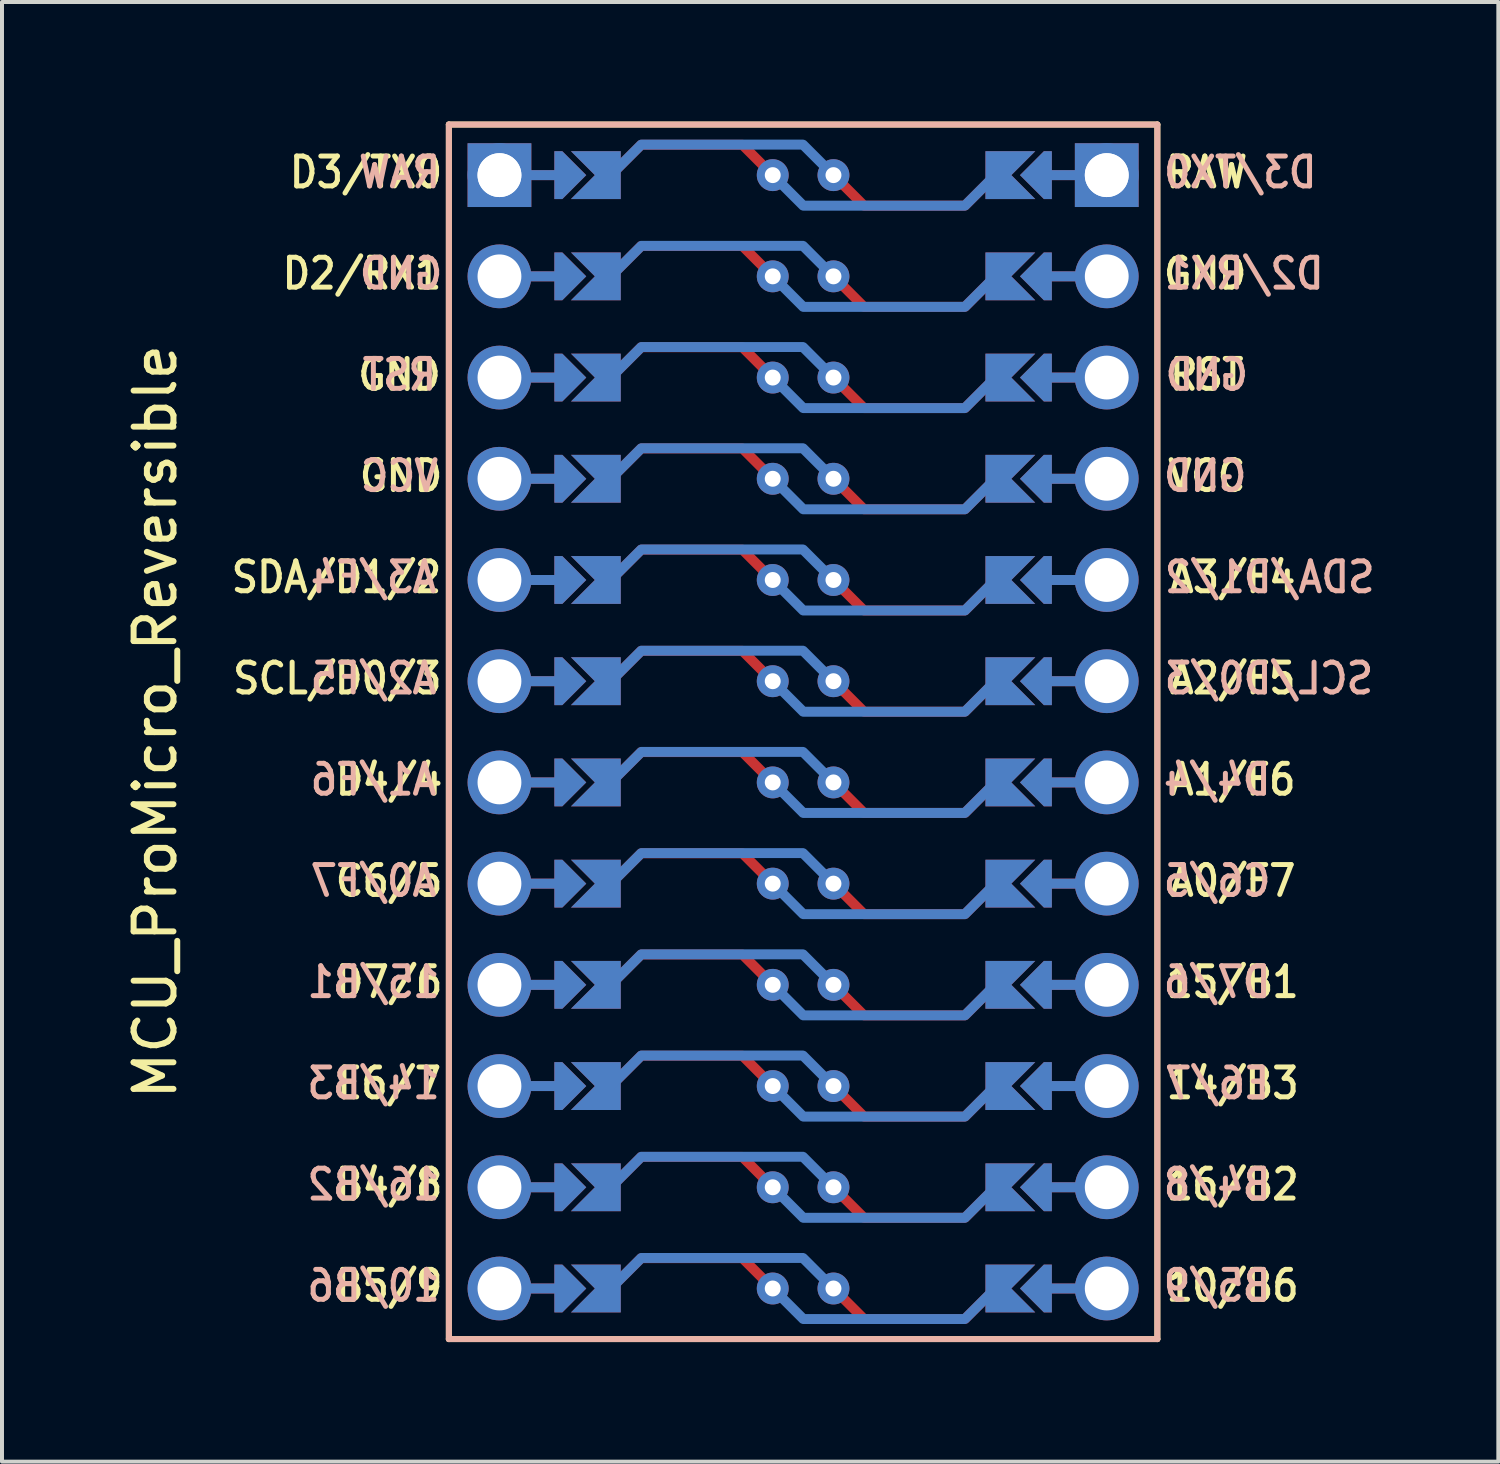
<source format=kicad_pcb>
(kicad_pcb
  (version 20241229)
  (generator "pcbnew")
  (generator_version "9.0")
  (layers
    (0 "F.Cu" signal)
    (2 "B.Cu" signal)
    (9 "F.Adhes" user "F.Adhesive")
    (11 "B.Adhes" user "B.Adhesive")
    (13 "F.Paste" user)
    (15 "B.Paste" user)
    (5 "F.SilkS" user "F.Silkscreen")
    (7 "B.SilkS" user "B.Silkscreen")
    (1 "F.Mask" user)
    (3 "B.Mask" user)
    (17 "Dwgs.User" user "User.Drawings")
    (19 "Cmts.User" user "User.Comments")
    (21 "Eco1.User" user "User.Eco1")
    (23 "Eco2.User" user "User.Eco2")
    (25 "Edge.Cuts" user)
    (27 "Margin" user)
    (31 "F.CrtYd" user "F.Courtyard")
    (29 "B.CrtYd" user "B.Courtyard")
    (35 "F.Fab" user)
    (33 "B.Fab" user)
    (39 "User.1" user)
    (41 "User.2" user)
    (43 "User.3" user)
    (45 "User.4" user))
  (footprint "MCU_ProMicro_Reversible"
    (layer "F.Cu")
    (at 17.104 15.315)
    (property "Reference" "MCU_ProMicro_Reversible" (at -16.256 -0.254 90) (layer "F.SilkS") (effects (font (size 1 1) (thickness 0.15))))
    (attr through_hole)
    (fp_circle (center -0.762 -13.97) (end -0.762 -13.845) (stroke (width 0.25) (type solid)) (fill no) (layer "F.Mask"))
    (fp_circle (center -0.762 -11.43) (end -0.762 -11.305) (stroke (width 0.25) (type solid)) (fill no) (layer "F.Mask"))
    (fp_circle (center -0.762 -8.89) (end -0.762 -8.765) (stroke (width 0.25) (type solid)) (fill no) (layer "F.Mask"))
    (fp_circle (center -0.762 -6.35) (end -0.762 -6.225) (stroke (width 0.25) (type solid)) (fill no) (layer "F.Mask"))
    (fp_circle (center -0.762 -3.81) (end -0.762 -3.685) (stroke (width 0.25) (type solid)) (fill no) (layer "F.Mask"))
    (fp_circle (center -0.762 -1.27) (end -0.762 -1.145) (stroke (width 0.25) (type solid)) (fill no) (layer "F.Mask"))
    (fp_circle (center -0.762 1.27) (end -0.762 1.395) (stroke (width 0.25) (type solid)) (fill no) (layer "F.Mask"))
    (fp_circle (center -0.762 3.81) (end -0.762 3.935) (stroke (width 0.25) (type solid)) (fill no) (layer "F.Mask"))
    (fp_circle (center -0.762 6.35) (end -0.762 6.475) (stroke (width 0.25) (type solid)) (fill no) (layer "F.Mask"))
    (fp_circle (center -0.762 8.89) (end -0.762 9.015) (stroke (width 0.25) (type solid)) (fill no) (layer "F.Mask"))
    (fp_circle (center -0.762 11.43) (end -0.762 11.555) (stroke (width 0.25) (type solid)) (fill no) (layer "F.Mask"))
    (fp_circle (center -0.762 13.97) (end -0.762 14.095) (stroke (width 0.25) (type solid)) (fill no) (layer "F.Mask"))
    (fp_circle (center 0.762 -13.97) (end 0.762 -13.845) (stroke (width 0.25) (type solid)) (fill no) (layer "F.Mask"))
    (fp_circle (center 0.762 -11.43) (end 0.762 -11.305) (stroke (width 0.25) (type solid)) (fill no) (layer "F.Mask"))
    (fp_circle (center 0.762 -8.89) (end 0.762 -8.765) (stroke (width 0.25) (type solid)) (fill no) (layer "F.Mask"))
    (fp_circle (center 0.762 -6.35) (end 0.762 -6.225) (stroke (width 0.25) (type solid)) (fill no) (layer "F.Mask"))
    (fp_circle (center 0.762 -3.81) (end 0.762 -3.685) (stroke (width 0.25) (type solid)) (fill no) (layer "F.Mask"))
    (fp_circle (center 0.762 -1.27) (end 0.762 -1.145) (stroke (width 0.25) (type solid)) (fill no) (layer "F.Mask"))
    (fp_circle (center 0.762 1.27) (end 0.762 1.395) (stroke (width 0.25) (type solid)) (fill no) (layer "F.Mask"))
    (fp_circle (center 0.762 3.81) (end 0.762 3.935) (stroke (width 0.25) (type solid)) (fill no) (layer "F.Mask"))
    (fp_circle (center 0.762 6.35) (end 0.762 6.475) (stroke (width 0.25) (type solid)) (fill no) (layer "F.Mask"))
    (fp_circle (center 0.762 8.89) (end 0.762 9.015) (stroke (width 0.25) (type solid)) (fill no) (layer "F.Mask"))
    (fp_circle (center 0.762 11.43) (end 0.762 11.555) (stroke (width 0.25) (type solid)) (fill no) (layer "F.Mask"))
    (fp_circle (center 0.762 13.97) (end 0.762 14.095) (stroke (width 0.25) (type solid)) (fill no) (layer "F.Mask"))
    (fp_poly (pts (xy -5.08 -14.478) (xy -5.08 -13.462) (xy -6.096 -13.462) (xy -6.096 -14.478)) (stroke (width 0.1) (type solid)) (fill yes) (layer "F.Mask"))
    (fp_poly (pts (xy -5.08 -11.938) (xy -5.08 -10.922) (xy -6.096 -10.922) (xy -6.096 -11.938)) (stroke (width 0.1) (type solid)) (fill yes) (layer "F.Mask"))
    (fp_poly (pts (xy -5.08 -9.398) (xy -5.08 -8.382) (xy -6.096 -8.382) (xy -6.096 -9.398)) (stroke (width 0.1) (type solid)) (fill yes) (layer "F.Mask"))
    (fp_poly (pts (xy -5.08 -6.858) (xy -5.08 -5.842) (xy -6.096 -5.842) (xy -6.096 -6.858)) (stroke (width 0.1) (type solid)) (fill yes) (layer "F.Mask"))
    (fp_poly (pts (xy -5.08 -4.318) (xy -5.08 -3.302) (xy -6.096 -3.302) (xy -6.096 -4.318)) (stroke (width 0.1) (type solid)) (fill yes) (layer "F.Mask"))
    (fp_poly (pts (xy -5.08 -1.778) (xy -5.08 -0.762) (xy -6.096 -0.762) (xy -6.096 -1.778)) (stroke (width 0.1) (type solid)) (fill yes) (layer "F.Mask"))
    (fp_poly (pts (xy -5.08 0.762) (xy -5.08 1.778) (xy -6.096 1.778) (xy -6.096 0.762)) (stroke (width 0.1) (type solid)) (fill yes) (layer "F.Mask"))
    (fp_poly (pts (xy -5.08 3.302) (xy -5.08 4.318) (xy -6.096 4.318) (xy -6.096 3.302)) (stroke (width 0.1) (type solid)) (fill yes) (layer "F.Mask"))
    (fp_poly (pts (xy -5.08 5.842) (xy -5.08 6.858) (xy -6.096 6.858) (xy -6.096 5.842)) (stroke (width 0.1) (type solid)) (fill yes) (layer "F.Mask"))
    (fp_poly (pts (xy -5.08 8.382) (xy -5.08 9.398) (xy -6.096 9.398) (xy -6.096 8.382)) (stroke (width 0.1) (type solid)) (fill yes) (layer "F.Mask"))
    (fp_poly (pts (xy -5.08 10.922) (xy -5.08 11.938) (xy -6.096 11.938) (xy -6.096 10.922)) (stroke (width 0.1) (type solid)) (fill yes) (layer "F.Mask"))
    (fp_poly (pts (xy -5.08 13.462) (xy -5.08 14.478) (xy -6.096 14.478) (xy -6.096 13.462)) (stroke (width 0.1) (type solid)) (fill yes) (layer "F.Mask"))
    (fp_poly (pts (xy 5.08 -13.462) (xy 5.08 -14.478) (xy 6.096 -14.478) (xy 6.096 -13.462)) (stroke (width 0.1) (type solid)) (fill yes) (layer "F.Mask"))
    (fp_poly (pts (xy 5.08 -10.922) (xy 5.08 -11.938) (xy 6.096 -11.938) (xy 6.096 -10.922)) (stroke (width 0.1) (type solid)) (fill yes) (layer "F.Mask"))
    (fp_poly (pts (xy 5.08 -8.382) (xy 5.08 -9.398) (xy 6.096 -9.398) (xy 6.096 -8.382)) (stroke (width 0.1) (type solid)) (fill yes) (layer "F.Mask"))
    (fp_poly (pts (xy 5.08 -5.842) (xy 5.08 -6.858) (xy 6.096 -6.858) (xy 6.096 -5.842)) (stroke (width 0.1) (type solid)) (fill yes) (layer "F.Mask"))
    (fp_poly (pts (xy 5.08 -3.302) (xy 5.08 -4.318) (xy 6.096 -4.318) (xy 6.096 -3.302)) (stroke (width 0.1) (type solid)) (fill yes) (layer "F.Mask"))
    (fp_poly (pts (xy 5.08 -0.762) (xy 5.08 -1.778) (xy 6.096 -1.778) (xy 6.096 -0.762)) (stroke (width 0.1) (type solid)) (fill yes) (layer "F.Mask"))
    (fp_poly (pts (xy 5.08 1.778) (xy 5.08 0.762) (xy 6.096 0.762) (xy 6.096 1.778)) (stroke (width 0.1) (type solid)) (fill yes) (layer "F.Mask"))
    (fp_poly (pts (xy 5.08 4.318) (xy 5.08 3.302) (xy 6.096 3.302) (xy 6.096 4.318)) (stroke (width 0.1) (type solid)) (fill yes) (layer "F.Mask"))
    (fp_poly (pts (xy 5.08 6.858) (xy 5.08 5.842) (xy 6.096 5.842) (xy 6.096 6.858)) (stroke (width 0.1) (type solid)) (fill yes) (layer "F.Mask"))
    (fp_poly (pts (xy 5.08 9.398) (xy 5.08 8.382) (xy 6.096 8.382) (xy 6.096 9.398)) (stroke (width 0.1) (type solid)) (fill yes) (layer "F.Mask"))
    (fp_poly (pts (xy 5.08 11.938) (xy 5.08 10.922) (xy 6.096 10.922) (xy 6.096 11.938)) (stroke (width 0.1) (type solid)) (fill yes) (layer "F.Mask"))
    (fp_poly (pts (xy 5.08 14.478) (xy 5.08 13.462) (xy 6.096 13.462) (xy 6.096 14.478)) (stroke (width 0.1) (type solid)) (fill yes) (layer "F.Mask"))
    (fp_circle (center -0.762 -13.97) (end -0.762 -13.845) (stroke (width 0.25) (type solid)) (fill no) (layer "B.Mask"))
    (fp_circle (center -0.762 -11.43) (end -0.762 -11.305) (stroke (width 0.25) (type solid)) (fill no) (layer "B.Mask"))
    (fp_circle (center -0.762 -8.89) (end -0.762 -8.765) (stroke (width 0.25) (type solid)) (fill no) (layer "B.Mask"))
    (fp_circle (center -0.762 -6.35) (end -0.762 -6.225) (stroke (width 0.25) (type solid)) (fill no) (layer "B.Mask"))
    (fp_circle (center -0.762 -3.81) (end -0.762 -3.685) (stroke (width 0.25) (type solid)) (fill no) (layer "B.Mask"))
    (fp_circle (center -0.762 -1.27) (end -0.762 -1.145) (stroke (width 0.25) (type solid)) (fill no) (layer "B.Mask"))
    (fp_circle (center -0.762 1.27) (end -0.762 1.395) (stroke (width 0.25) (type solid)) (fill no) (layer "B.Mask"))
    (fp_circle (center -0.762 3.81) (end -0.762 3.935) (stroke (width 0.25) (type solid)) (fill no) (layer "B.Mask"))
    (fp_circle (center -0.762 6.35) (end -0.762 6.475) (stroke (width 0.25) (type solid)) (fill no) (layer "B.Mask"))
    (fp_circle (center -0.762 8.89) (end -0.762 9.015) (stroke (width 0.25) (type solid)) (fill no) (layer "B.Mask"))
    (fp_circle (center -0.762 11.43) (end -0.762 11.555) (stroke (width 0.25) (type solid)) (fill no) (layer "B.Mask"))
    (fp_circle (center -0.762 13.97) (end -0.762 14.095) (stroke (width 0.25) (type solid)) (fill no) (layer "B.Mask"))
    (fp_circle (center 0.762 -13.97) (end 0.762 -13.845) (stroke (width 0.25) (type solid)) (fill no) (layer "B.Mask"))
    (fp_circle (center 0.762 -11.43) (end 0.762 -11.305) (stroke (width 0.25) (type solid)) (fill no) (layer "B.Mask"))
    (fp_circle (center 0.762 -8.89) (end 0.762 -8.765) (stroke (width 0.25) (type solid)) (fill no) (layer "B.Mask"))
    (fp_circle (center 0.762 -6.35) (end 0.762 -6.225) (stroke (width 0.25) (type solid)) (fill no) (layer "B.Mask"))
    (fp_circle (center 0.762 -3.81) (end 0.762 -3.685) (stroke (width 0.25) (type solid)) (fill no) (layer "B.Mask"))
    (fp_circle (center 0.762 -1.27) (end 0.762 -1.145) (stroke (width 0.25) (type solid)) (fill no) (layer "B.Mask"))
    (fp_circle (center 0.762 1.27) (end 0.762 1.395) (stroke (width 0.25) (type solid)) (fill no) (layer "B.Mask"))
    (fp_circle (center 0.762 3.81) (end 0.762 3.935) (stroke (width 0.25) (type solid)) (fill no) (layer "B.Mask"))
    (fp_circle (center 0.762 6.35) (end 0.762 6.475) (stroke (width 0.25) (type solid)) (fill no) (layer "B.Mask"))
    (fp_circle (center 0.762 8.89) (end 0.762 9.015) (stroke (width 0.25) (type solid)) (fill no) (layer "B.Mask"))
    (fp_circle (center 0.762 11.43) (end 0.762 11.555) (stroke (width 0.25) (type solid)) (fill no) (layer "B.Mask"))
    (fp_circle (center 0.762 13.97) (end 0.762 14.095) (stroke (width 0.25) (type solid)) (fill no) (layer "B.Mask"))
    (fp_poly (pts (xy -5.08 -14.478) (xy -5.08 -13.462) (xy -6.096 -13.462) (xy -6.096 -14.478)) (stroke (width 0.1) (type solid)) (fill yes) (layer "B.Mask"))
    (fp_poly (pts (xy -5.08 -11.938) (xy -5.08 -10.922) (xy -6.096 -10.922) (xy -6.096 -11.938)) (stroke (width 0.1) (type solid)) (fill yes) (layer "B.Mask"))
    (fp_poly (pts (xy -5.08 -9.398) (xy -5.08 -8.382) (xy -6.096 -8.382) (xy -6.096 -9.398)) (stroke (width 0.1) (type solid)) (fill yes) (layer "B.Mask"))
    (fp_poly (pts (xy -5.08 -6.858) (xy -5.08 -5.842) (xy -6.096 -5.842) (xy -6.096 -6.858)) (stroke (width 0.1) (type solid)) (fill yes) (layer "B.Mask"))
    (fp_poly (pts (xy -5.08 -4.318) (xy -5.08 -3.302) (xy -6.096 -3.302) (xy -6.096 -4.318)) (stroke (width 0.1) (type solid)) (fill yes) (layer "B.Mask"))
    (fp_poly (pts (xy -5.08 -1.778) (xy -5.08 -0.762) (xy -6.096 -0.762) (xy -6.096 -1.778)) (stroke (width 0.1) (type solid)) (fill yes) (layer "B.Mask"))
    (fp_poly (pts (xy -5.08 0.762) (xy -5.08 1.778) (xy -6.096 1.778) (xy -6.096 0.762)) (stroke (width 0.1) (type solid)) (fill yes) (layer "B.Mask"))
    (fp_poly (pts (xy -5.08 3.302) (xy -5.08 4.318) (xy -6.096 4.318) (xy -6.096 3.302)) (stroke (width 0.1) (type solid)) (fill yes) (layer "B.Mask"))
    (fp_poly (pts (xy -5.08 5.842) (xy -5.08 6.858) (xy -6.096 6.858) (xy -6.096 5.842)) (stroke (width 0.1) (type solid)) (fill yes) (layer "B.Mask"))
    (fp_poly (pts (xy -5.08 8.382) (xy -5.08 9.398) (xy -6.096 9.398) (xy -6.096 8.382)) (stroke (width 0.1) (type solid)) (fill yes) (layer "B.Mask"))
    (fp_poly (pts (xy -5.08 10.922) (xy -5.08 11.938) (xy -6.096 11.938) (xy -6.096 10.922)) (stroke (width 0.1) (type solid)) (fill yes) (layer "B.Mask"))
    (fp_poly (pts (xy -5.08 13.462) (xy -5.08 14.478) (xy -6.096 14.478) (xy -6.096 13.462)) (stroke (width 0.1) (type solid)) (fill yes) (layer "B.Mask"))
    (fp_poly (pts (xy 5.08 -13.462) (xy 5.08 -14.478) (xy 6.096 -14.478) (xy 6.096 -13.462)) (stroke (width 0.1) (type solid)) (fill yes) (layer "B.Mask"))
    (fp_poly (pts (xy 5.08 -10.922) (xy 5.08 -11.938) (xy 6.096 -11.938) (xy 6.096 -10.922)) (stroke (width 0.1) (type solid)) (fill yes) (layer "B.Mask"))
    (fp_poly (pts (xy 5.08 -8.382) (xy 5.08 -9.398) (xy 6.096 -9.398) (xy 6.096 -8.382)) (stroke (width 0.1) (type solid)) (fill yes) (layer "B.Mask"))
    (fp_poly (pts (xy 5.08 -5.842) (xy 5.08 -6.858) (xy 6.096 -6.858) (xy 6.096 -5.842)) (stroke (width 0.1) (type solid)) (fill yes) (layer "B.Mask"))
    (fp_poly (pts (xy 5.08 -3.302) (xy 5.08 -4.318) (xy 6.096 -4.318) (xy 6.096 -3.302)) (stroke (width 0.1) (type solid)) (fill yes) (layer "B.Mask"))
    (fp_poly (pts (xy 5.08 -0.762) (xy 5.08 -1.778) (xy 6.096 -1.778) (xy 6.096 -0.762)) (stroke (width 0.1) (type solid)) (fill yes) (layer "B.Mask"))
    (fp_poly (pts (xy 5.08 1.778) (xy 5.08 0.762) (xy 6.096 0.762) (xy 6.096 1.778)) (stroke (width 0.1) (type solid)) (fill yes) (layer "B.Mask"))
    (fp_poly (pts (xy 5.08 4.318) (xy 5.08 3.302) (xy 6.096 3.302) (xy 6.096 4.318)) (stroke (width 0.1) (type solid)) (fill yes) (layer "B.Mask"))
    (fp_poly (pts (xy 5.08 6.858) (xy 5.08 5.842) (xy 6.096 5.842) (xy 6.096 6.858)) (stroke (width 0.1) (type solid)) (fill yes) (layer "B.Mask"))
    (fp_poly (pts (xy 5.08 9.398) (xy 5.08 8.382) (xy 6.096 8.382) (xy 6.096 9.398)) (stroke (width 0.1) (type solid)) (fill yes) (layer "B.Mask"))
    (fp_poly (pts (xy 5.08 11.938) (xy 5.08 10.922) (xy 6.096 10.922) (xy 6.096 11.938)) (stroke (width 0.1) (type solid)) (fill yes) (layer "B.Mask"))
    (fp_poly (pts (xy 5.08 14.478) (xy 5.08 13.462) (xy 6.096 13.462) (xy 6.096 14.478)) (stroke (width 0.1) (type solid)) (fill yes) (layer "B.Mask"))
    (fp_line (start -8.89 -15.24) (end -8.89 15.24) (stroke (width 0.15) (type solid)) (layer "F.SilkS"))
    (fp_line (start -8.89 -15.24) (end 8.89 -15.24) (stroke (width 0.15) (type solid)) (layer "F.SilkS"))
    (fp_line (start 8.89 -15.24) (end 8.89 15.24) (stroke (width 0.15) (type solid)) (layer "F.SilkS"))
    (fp_line (start 8.89 15.24) (end -8.89 15.24) (stroke (width 0.15) (type solid)) (layer "F.SilkS"))
    (fp_line (start -8.89 -15.24) (end -8.89 15.24) (stroke (width 0.15) (type solid)) (layer "B.SilkS"))
    (fp_line (start -8.89 -15.24) (end 8.89 -15.24) (stroke (width 0.15) (type solid)) (layer "B.SilkS"))
    (fp_line (start 8.89 -15.24) (end 8.89 15.24) (stroke (width 0.15) (type solid)) (layer "B.SilkS"))
    (fp_line (start 8.89 15.24) (end -8.89 15.24) (stroke (width 0.15) (type solid)) (layer "B.SilkS"))
    (fp_text user "RST" (at 10.13 -8.96 0) (unlocked yes) (layer "F.SilkS") (effects (font (size 0.75 0.67) (thickness 0.125))))
    (fp_text user "GND" (at -10.09 -6.42 0) (unlocked yes) (layer "F.SilkS") (effects (font (size 0.75 0.67) (thickness 0.125))))
    (fp_text user "B5/9" (at -10.39 13.9 0) (unlocked yes) (layer "F.SilkS") (effects (font (size 0.75 0.67) (thickness 0.125))))
    (fp_text user "VCC" (at 10.13 -6.42 0) (unlocked yes) (layer "F.SilkS") (effects (font (size 0.75 0.67) (thickness 0.125))))
    (fp_text user "D7/6" (at -10.39 6.28 0) (unlocked yes) (layer "F.SilkS") (effects (font (size 0.75 0.67) (thickness 0.125))))
    (fp_text user "A2/F5" (at 10.78 -1.34 0) (unlocked yes) (layer "F.SilkS") (effects (font (size 0.75 0.67) (thickness 0.125))))
    (fp_text user "D4/4" (at -10.39 1.2 0) (unlocked yes) (layer "F.SilkS") (effects (font (size 0.75 0.67) (thickness 0.125))))
    (fp_text user "14/B3" (at 10.78 8.82 0) (unlocked yes) (layer "F.SilkS") (effects (font (size 0.75 0.67) (thickness 0.125))))
    (fp_text user "GND" (at 10.09 -11.5 0) (unlocked yes) (layer "F.SilkS") (effects (font (size 0.75 0.67) (thickness 0.125))))
    (fp_text user "A0/F7" (at 10.78 3.74 0) (unlocked yes) (layer "F.SilkS") (effects (font (size 0.75 0.67) (thickness 0.125))))
    (fp_text user "SDA/D1/2" (at -11.71 -3.88 0) (unlocked yes) (layer "F.SilkS") (effects (font (size 0.75 0.67) (thickness 0.125))))
    (fp_text user "B4/8" (at -10.39 11.36 0) (unlocked yes) (layer "F.SilkS") (effects (font (size 0.75 0.67) (thickness 0.125))))
    (fp_text user "GND" (at -10.13 -8.96 0) (unlocked yes) (layer "F.SilkS") (effects (font (size 0.75 0.67) (thickness 0.125))))
    (fp_text user "15/B1" (at 10.78 6.28 0) (unlocked yes) (layer "F.SilkS") (effects (font (size 0.75 0.67) (thickness 0.125))))
    (fp_text user "10/B6" (at 10.78 13.9 0) (unlocked yes) (layer "F.SilkS") (effects (font (size 0.75 0.67) (thickness 0.125))))
    (fp_text user "16/B2" (at 10.78 11.36 0) (unlocked yes) (layer "F.SilkS") (effects (font (size 0.75 0.67) (thickness 0.125))))
    (fp_text user "A1/F6" (at 10.78 1.2 0) (unlocked yes) (layer "F.SilkS") (effects (font (size 0.75 0.67) (thickness 0.125))))
    (fp_text user "SCL/D0/3" (at -11.69 -1.34 0) (unlocked yes) (layer "F.SilkS") (effects (font (size 0.75 0.67) (thickness 0.125))))
    (fp_text user "RAW" (at 10.13 -14.04 0) (unlocked yes) (layer "F.SilkS") (effects (font (size 0.75 0.67) (thickness 0.125))))
    (fp_text user "D2/RX1" (at -11.07 -11.5 0) (unlocked yes) (layer "F.SilkS") (effects (font (size 0.75 0.67) (thickness 0.125))))
    (fp_text user "C6/5" (at -10.39 3.74 0) (unlocked yes) (layer "F.SilkS") (effects (font (size 0.75 0.67) (thickness 0.125))))
    (fp_text user "E6/7" (at -10.39 8.82 0) (unlocked yes) (layer "F.SilkS") (effects (font (size 0.75 0.67) (thickness 0.125))))
    (fp_text user "D3/TX0" (at -10.97 -14.04 0) (unlocked yes) (layer "F.SilkS") (effects (font (size 0.75 0.67) (thickness 0.125))))
    (fp_text user "A3/F4" (at 10.78 -3.88 0) (unlocked yes) (layer "F.SilkS") (effects (font (size 0.75 0.67) (thickness 0.125))))
    (fp_text user "D4/4" (at 10.39 1.2 0) (unlocked yes) (layer "B.SilkS") (effects (font (size 0.75 0.67) (thickness 0.125)) (justify mirror)))
    (fp_text user "16/B2" (at -10.78 11.36 0) (unlocked yes) (layer "B.SilkS") (effects (font (size 0.75 0.67) (thickness 0.125)) (justify mirror)))
    (fp_text user "A1/F6" (at -10.78 1.2 0) (unlocked yes) (layer "B.SilkS") (effects (font (size 0.75 0.67) (thickness 0.125)) (justify mirror)))
    (fp_text user "A0/F7" (at -10.78 3.74 0) (unlocked yes) (layer "B.SilkS") (effects (font (size 0.75 0.67) (thickness 0.125)) (justify mirror)))
    (fp_text user "D7/6" (at 10.39 6.28 0) (unlocked yes) (layer "B.SilkS") (effects (font (size 0.75 0.67) (thickness 0.125)) (justify mirror)))
    (fp_text user "SCL/D0/3" (at 11.69 -1.34 0) (unlocked yes) (layer "B.SilkS") (effects (font (size 0.75 0.67) (thickness 0.125)) (justify mirror)))
    (fp_text user "VCC" (at -10.13 -6.42 0) (unlocked yes) (layer "B.SilkS") (effects (font (size 0.75 0.67) (thickness 0.125)) (justify mirror)))
    (fp_text user "GND" (at 10.09 -6.42 0) (unlocked yes) (layer "B.SilkS") (effects (font (size 0.75 0.67) (thickness 0.125)) (justify mirror)))
    (fp_text user "GND" (at 10.13 -8.96 0) (unlocked yes) (layer "B.SilkS") (effects (font (size 0.75 0.67) (thickness 0.125)) (justify mirror)))
    (fp_text user "10/B6" (at -10.78 13.9 0) (unlocked yes) (layer "B.SilkS") (effects (font (size 0.75 0.67) (thickness 0.125)) (justify mirror)))
    (fp_text user "B5/9" (at 10.39 13.9 0) (unlocked yes) (layer "B.SilkS") (effects (font (size 0.75 0.67) (thickness 0.125)) (justify mirror)))
    (fp_text user "A2/F5" (at -10.78 -1.34 0) (unlocked yes) (layer "B.SilkS") (effects (font (size 0.75 0.67) (thickness 0.125)) (justify mirror)))
    (fp_text user "C6/5" (at 10.39 3.74 0) (unlocked yes) (layer "B.SilkS") (effects (font (size 0.75 0.67) (thickness 0.125)) (justify mirror)))
    (fp_text user "A3/F4" (at -10.78 -3.88 0) (unlocked yes) (layer "B.SilkS") (effects (font (size 0.75 0.67) (thickness 0.125)) (justify mirror)))
    (fp_text user "E6/7" (at 10.39 8.82 0) (unlocked yes) (layer "B.SilkS") (effects (font (size 0.75 0.67) (thickness 0.125)) (justify mirror)))
    (fp_text user "B4/8" (at 10.39 11.36 0) (unlocked yes) (layer "B.SilkS") (effects (font (size 0.75 0.67) (thickness 0.125)) (justify mirror)))
    (fp_text user "RAW" (at -10.13 -14.04 0) (unlocked yes) (layer "B.SilkS") (effects (font (size 0.75 0.67) (thickness 0.125)) (justify mirror)))
    (fp_text user "15/B1" (at -10.78 6.28 0) (unlocked yes) (layer "B.SilkS") (effects (font (size 0.75 0.67) (thickness 0.125)) (justify mirror)))
    (fp_text user "D3/TX0" (at 10.97 -14.04 0) (unlocked yes) (layer "B.SilkS") (effects (font (size 0.75 0.67) (thickness 0.125)) (justify mirror)))
    (fp_text user "GND" (at -10.09 -11.5 0) (unlocked yes) (layer "B.SilkS") (effects (font (size 0.75 0.67) (thickness 0.125)) (justify mirror)))
    (fp_text user "14/B3" (at -10.78 8.82 0) (unlocked yes) (layer "B.SilkS") (effects (font (size 0.75 0.67) (thickness 0.125)) (justify mirror)))
    (fp_text user "D2/RX1" (at 11.07 -11.5 0) (unlocked yes) (layer "B.SilkS") (effects (font (size 0.75 0.67) (thickness 0.125)) (justify mirror)))
    (fp_text user "SDA/D1/2" (at 11.71 -3.88 0) (unlocked yes) (layer "B.SilkS") (effects (font (size 0.75 0.67) (thickness 0.125)) (justify mirror)))
    (fp_text user "RST" (at -10.13 -8.96 0) (unlocked yes) (layer "B.SilkS") (effects (font (size 0.75 0.67) (thickness 0.125)) (justify mirror)))
    (pad "" thru_hole circle (at -7.62 -13.97 270) (size 1.6 1.6) (drill 1.1) (layers "*.Cu" "*.Mask"))
    (pad "" thru_hole rect (at -7.62 -13.97 270) (size 1.6 1.6) (drill 1.1) (layers "F.Cu" "F.Mask"))
    (pad "" thru_hole circle (at -7.62 -11.43 270) (size 1.6 1.6) (drill 1.1) (layers "*.Cu" "*.Mask"))
    (pad "" thru_hole circle (at -7.62 -8.89 270) (size 1.6 1.6) (drill 1.1) (layers "*.Cu" "*.Mask"))
    (pad "" thru_hole circle (at -7.62 -6.35 270) (size 1.6 1.6) (drill 1.1) (layers "*.Cu" "*.Mask"))
    (pad "" thru_hole circle (at -7.62 -3.81 270) (size 1.6 1.6) (drill 1.1) (layers "*.Cu" "*.Mask"))
    (pad "" thru_hole circle (at -7.62 -1.27 270) (size 1.6 1.6) (drill 1.1) (layers "*.Cu" "*.Mask"))
    (pad "" thru_hole circle (at -7.62 1.27 270) (size 1.6 1.6) (drill 1.1) (layers "*.Cu" "*.Mask"))
    (pad "" thru_hole circle (at -7.62 3.81 270) (size 1.6 1.6) (drill 1.1) (layers "*.Cu" "*.Mask"))
    (pad "" thru_hole circle (at -7.62 6.35 270) (size 1.6 1.6) (drill 1.1) (layers "*.Cu" "*.Mask"))
    (pad "" thru_hole circle (at -7.62 8.89 270) (size 1.6 1.6) (drill 1.1) (layers "*.Cu" "*.Mask"))
    (pad "" thru_hole circle (at -7.62 11.43 270) (size 1.6 1.6) (drill 1.1) (layers "*.Cu" "*.Mask"))
    (pad "" thru_hole circle (at -7.62 13.97 270) (size 1.6 1.6) (drill 1.1) (layers "*.Cu" "*.Mask"))
    (pad "" smd custom (at -6.35 -13.97 90) (size 0.25 1) (layers "F.Cu") (options (anchor rect)) (primitives))
    (pad "" smd custom (at -6.35 -13.97 90) (size 0.25 1) (layers "B.Cu") (options (anchor rect)) (primitives))
    (pad "" smd custom (at -6.35 -11.43 90) (size 0.25 1) (layers "F.Cu") (options (anchor rect)) (primitives))
    (pad "" smd custom (at -6.35 -11.43 90) (size 0.25 1) (layers "B.Cu") (options (anchor rect)) (primitives))
    (pad "" smd custom (at -6.35 -8.89 90) (size 0.25 1) (layers "F.Cu") (options (anchor rect)) (primitives))
    (pad "" smd custom (at -6.35 -8.89 90) (size 0.25 1) (layers "B.Cu") (options (anchor rect)) (primitives))
    (pad "" smd custom (at -6.35 -6.35 90) (size 0.25 1) (layers "F.Cu") (options (anchor rect)) (primitives))
    (pad "" smd custom (at -6.35 -6.35 90) (size 0.25 1) (layers "B.Cu") (options (anchor rect)) (primitives))
    (pad "" smd custom (at -6.35 -3.81 90) (size 0.25 1) (layers "F.Cu") (options (anchor rect)) (primitives))
    (pad "" smd custom (at -6.35 -3.81 90) (size 0.25 1) (layers "B.Cu") (options (anchor rect)) (primitives))
    (pad "" smd custom (at -6.35 -1.27 90) (size 0.25 1) (layers "F.Cu") (options (anchor rect)) (primitives))
    (pad "" smd custom (at -6.35 -1.27 90) (size 0.25 1) (layers "B.Cu") (options (anchor rect)) (primitives))
    (pad "" smd custom (at -6.35 1.27 90) (size 0.25 1) (layers "F.Cu") (options (anchor rect)) (primitives))
    (pad "" smd custom (at -6.35 1.27 90) (size 0.25 1) (layers "B.Cu") (options (anchor rect)) (primitives))
    (pad "" smd custom (at -6.35 3.81 90) (size 0.25 1) (layers "F.Cu") (options (anchor rect)) (primitives))
    (pad "" smd custom (at -6.35 3.81 90) (size 0.25 1) (layers "B.Cu") (options (anchor rect)) (primitives))
    (pad "" smd custom (at -6.35 6.35 90) (size 0.25 1) (layers "F.Cu") (options (anchor rect)) (primitives))
    (pad "" smd custom (at -6.35 6.35 90) (size 0.25 1) (layers "B.Cu") (options (anchor rect)) (primitives))
    (pad "" smd custom (at -6.35 8.89 90) (size 0.25 1) (layers "F.Cu") (options (anchor rect)) (primitives))
    (pad "" smd custom (at -6.35 8.89 90) (size 0.25 1) (layers "B.Cu") (options (anchor rect)) (primitives))
    (pad "" smd custom (at -6.35 11.43 90) (size 0.25 1) (layers "F.Cu") (options (anchor rect)) (primitives))
    (pad "" smd custom (at -6.35 11.43 90) (size 0.25 1) (layers "B.Cu") (options (anchor rect)) (primitives))
    (pad "" smd custom (at -6.35 13.97 90) (size 0.25 1) (layers "F.Cu") (options (anchor rect)) (primitives))
    (pad "" smd custom (at -6.35 13.97 90) (size 0.25 1) (layers "B.Cu") (options (anchor rect)) (primitives))
    (pad "" smd custom (at -5.842 -13.97 90) (size 0.1 0.1) (layers "F.Cu" "F.Mask") (options (anchor rect)) (primitives (gr_poly (pts (xy 0.6 -0.2) (xy 0 0.4) (xy -0.6 -0.2) (xy -0.6 -0.4) (xy 0.6 -0.4)) (width 0) (fill yes))))
    (pad "" smd custom (at -5.842 -13.97 90) (size 0.1 0.1) (layers "B.Cu" "B.Mask") (options (anchor rect)) (primitives (gr_poly (pts (xy 0.6 -0.2) (xy 0 0.4) (xy -0.6 -0.2) (xy -0.6 -0.4) (xy 0.6 -0.4)) (width 0) (fill yes))))
    (pad "" smd custom (at -5.842 -11.43 90) (size 0.1 0.1) (layers "F.Cu" "F.Mask") (options (anchor rect)) (primitives (gr_poly (pts (xy 0.6 -0.2) (xy 0 0.4) (xy -0.6 -0.2) (xy -0.6 -0.4) (xy 0.6 -0.4)) (width 0) (fill yes))))
    (pad "" smd custom (at -5.842 -11.43 90) (size 0.1 0.1) (layers "B.Cu" "B.Mask") (options (anchor rect)) (primitives (gr_poly (pts (xy 0.6 -0.2) (xy 0 0.4) (xy -0.6 -0.2) (xy -0.6 -0.4) (xy 0.6 -0.4)) (width 0) (fill yes))))
    (pad "" smd custom (at -5.842 -8.89 90) (size 0.1 0.1) (layers "F.Cu" "F.Mask") (options (anchor rect)) (primitives (gr_poly (pts (xy 0.6 -0.2) (xy 0 0.4) (xy -0.6 -0.2) (xy -0.6 -0.4) (xy 0.6 -0.4)) (width 0) (fill yes))))
    (pad "" smd custom (at -5.842 -8.89 90) (size 0.1 0.1) (layers "B.Cu" "B.Mask") (options (anchor rect)) (primitives (gr_poly (pts (xy 0.6 -0.2) (xy 0 0.4) (xy -0.6 -0.2) (xy -0.6 -0.4) (xy 0.6 -0.4)) (width 0) (fill yes))))
    (pad "" smd custom (at -5.842 -6.35 90) (size 0.1 0.1) (layers "F.Cu" "F.Mask") (options (anchor rect)) (primitives (gr_poly (pts (xy 0.6 -0.2) (xy 0 0.4) (xy -0.6 -0.2) (xy -0.6 -0.4) (xy 0.6 -0.4)) (width 0) (fill yes))))
    (pad "" smd custom (at -5.842 -6.35 90) (size 0.1 0.1) (layers "B.Cu" "B.Mask") (options (anchor rect)) (primitives (gr_poly (pts (xy 0.6 -0.2) (xy 0 0.4) (xy -0.6 -0.2) (xy -0.6 -0.4) (xy 0.6 -0.4)) (width 0) (fill yes))))
    (pad "" smd custom (at -5.842 -3.81 90) (size 0.1 0.1) (layers "F.Cu" "F.Mask") (options (anchor rect)) (primitives (gr_poly (pts (xy 0.6 -0.2) (xy 0 0.4) (xy -0.6 -0.2) (xy -0.6 -0.4) (xy 0.6 -0.4)) (width 0) (fill yes))))
    (pad "" smd custom (at -5.842 -3.81 90) (size 0.1 0.1) (layers "B.Cu" "B.Mask") (options (anchor rect)) (primitives (gr_poly (pts (xy 0.6 -0.2) (xy 0 0.4) (xy -0.6 -0.2) (xy -0.6 -0.4) (xy 0.6 -0.4)) (width 0) (fill yes))))
    (pad "" smd custom (at -5.842 -1.27 90) (size 0.1 0.1) (layers "F.Cu" "F.Mask") (options (anchor rect)) (primitives (gr_poly (pts (xy 0.6 -0.2) (xy 0 0.4) (xy -0.6 -0.2) (xy -0.6 -0.4) (xy 0.6 -0.4)) (width 0) (fill yes))))
    (pad "" smd custom (at -5.842 -1.27 90) (size 0.1 0.1) (layers "B.Cu" "B.Mask") (options (anchor rect)) (primitives (gr_poly (pts (xy 0.6 -0.2) (xy 0 0.4) (xy -0.6 -0.2) (xy -0.6 -0.4) (xy 0.6 -0.4)) (width 0) (fill yes))))
    (pad "" smd custom (at -5.842 1.27 90) (size 0.1 0.1) (layers "F.Cu" "F.Mask") (options (anchor rect)) (primitives (gr_poly (pts (xy 0.6 -0.2) (xy 0 0.4) (xy -0.6 -0.2) (xy -0.6 -0.4) (xy 0.6 -0.4)) (width 0) (fill yes))))
    (pad "" smd custom (at -5.842 1.27 90) (size 0.1 0.1) (layers "B.Cu" "B.Mask") (options (anchor rect)) (primitives (gr_poly (pts (xy 0.6 -0.2) (xy 0 0.4) (xy -0.6 -0.2) (xy -0.6 -0.4) (xy 0.6 -0.4)) (width 0) (fill yes))))
    (pad "" smd custom (at -5.842 3.81 90) (size 0.1 0.1) (layers "F.Cu" "F.Mask") (options (anchor rect)) (primitives (gr_poly (pts (xy 0.6 -0.2) (xy 0 0.4) (xy -0.6 -0.2) (xy -0.6 -0.4) (xy 0.6 -0.4)) (width 0) (fill yes))))
    (pad "" smd custom (at -5.842 3.81 90) (size 0.1 0.1) (layers "B.Cu" "B.Mask") (options (anchor rect)) (primitives (gr_poly (pts (xy 0.6 -0.2) (xy 0 0.4) (xy -0.6 -0.2) (xy -0.6 -0.4) (xy 0.6 -0.4)) (width 0) (fill yes))))
    (pad "" smd custom (at -5.842 6.35 90) (size 0.1 0.1) (layers "F.Cu" "F.Mask") (options (anchor rect)) (primitives (gr_poly (pts (xy 0.6 -0.2) (xy 0 0.4) (xy -0.6 -0.2) (xy -0.6 -0.4) (xy 0.6 -0.4)) (width 0) (fill yes))))
    (pad "" smd custom (at -5.842 6.35 90) (size 0.1 0.1) (layers "B.Cu" "B.Mask") (options (anchor rect)) (primitives (gr_poly (pts (xy 0.6 -0.2) (xy 0 0.4) (xy -0.6 -0.2) (xy -0.6 -0.4) (xy 0.6 -0.4)) (width 0) (fill yes))))
    (pad "" smd custom (at -5.842 8.89 90) (size 0.1 0.1) (layers "F.Cu" "F.Mask") (options (anchor rect)) (primitives (gr_poly (pts (xy 0.6 -0.2) (xy 0 0.4) (xy -0.6 -0.2) (xy -0.6 -0.4) (xy 0.6 -0.4)) (width 0) (fill yes))))
    (pad "" smd custom (at -5.842 8.89 90) (size 0.1 0.1) (layers "B.Cu" "B.Mask") (options (anchor rect)) (primitives (gr_poly (pts (xy 0.6 -0.2) (xy 0 0.4) (xy -0.6 -0.2) (xy -0.6 -0.4) (xy 0.6 -0.4)) (width 0) (fill yes))))
    (pad "" smd custom (at -5.842 11.43 90) (size 0.1 0.1) (layers "F.Cu" "F.Mask") (options (anchor rect)) (primitives (gr_poly (pts (xy 0.6 -0.2) (xy 0 0.4) (xy -0.6 -0.2) (xy -0.6 -0.4) (xy 0.6 -0.4)) (width 0) (fill yes))))
    (pad "" smd custom (at -5.842 11.43 90) (size 0.1 0.1) (layers "B.Cu" "B.Mask") (options (anchor rect)) (primitives (gr_poly (pts (xy 0.6 -0.2) (xy 0 0.4) (xy -0.6 -0.2) (xy -0.6 -0.4) (xy 0.6 -0.4)) (width 0) (fill yes))))
    (pad "" smd custom (at -5.842 13.97 90) (size 0.1 0.1) (layers "F.Cu" "F.Mask") (options (anchor rect)) (primitives (gr_poly (pts (xy 0.6 -0.2) (xy 0 0.4) (xy -0.6 -0.2) (xy -0.6 -0.4) (xy 0.6 -0.4)) (width 0) (fill yes))))
    (pad "" smd custom (at -5.842 13.97 90) (size 0.1 0.1) (layers "B.Cu" "B.Mask") (options (anchor rect)) (primitives (gr_poly (pts (xy 0.6 -0.2) (xy 0 0.4) (xy -0.6 -0.2) (xy -0.6 -0.4) (xy 0.6 -0.4)) (width 0) (fill yes))))
    (pad "" smd custom (at 5.842 -13.97 270) (size 0.1 0.1) (layers "F.Cu" "F.Mask") (options (anchor rect)) (primitives (gr_poly (pts (xy 0.6 -0.2) (xy 0 0.4) (xy -0.6 -0.2) (xy -0.6 -0.4) (xy 0.6 -0.4)) (width 0) (fill yes))))
    (pad "" smd custom (at 5.842 -13.97 270) (size 0.1 0.1) (layers "B.Cu" "B.Mask") (options (anchor rect)) (primitives (gr_poly (pts (xy 0.6 -0.2) (xy 0 0.4) (xy -0.6 -0.2) (xy -0.6 -0.4) (xy 0.6 -0.4)) (width 0) (fill yes))))
    (pad "" smd custom (at 5.842 -11.43 270) (size 0.1 0.1) (layers "F.Cu" "F.Mask") (options (anchor rect)) (primitives (gr_poly (pts (xy 0.6 -0.2) (xy 0 0.4) (xy -0.6 -0.2) (xy -0.6 -0.4) (xy 0.6 -0.4)) (width 0) (fill yes))))
    (pad "" smd custom (at 5.842 -11.43 270) (size 0.1 0.1) (layers "B.Cu" "B.Mask") (options (anchor rect)) (primitives (gr_poly (pts (xy 0.6 -0.2) (xy 0 0.4) (xy -0.6 -0.2) (xy -0.6 -0.4) (xy 0.6 -0.4)) (width 0) (fill yes))))
    (pad "" smd custom (at 5.842 -8.89 270) (size 0.1 0.1) (layers "F.Cu" "F.Mask") (options (anchor rect)) (primitives (gr_poly (pts (xy 0.6 -0.2) (xy 0 0.4) (xy -0.6 -0.2) (xy -0.6 -0.4) (xy 0.6 -0.4)) (width 0) (fill yes))))
    (pad "" smd custom (at 5.842 -8.89 270) (size 0.1 0.1) (layers "B.Cu" "B.Mask") (options (anchor rect)) (primitives (gr_poly (pts (xy 0.6 -0.2) (xy 0 0.4) (xy -0.6 -0.2) (xy -0.6 -0.4) (xy 0.6 -0.4)) (width 0) (fill yes))))
    (pad "" smd custom (at 5.842 -6.35 270) (size 0.1 0.1) (layers "F.Cu" "F.Mask") (options (anchor rect)) (primitives (gr_poly (pts (xy 0.6 -0.2) (xy 0 0.4) (xy -0.6 -0.2) (xy -0.6 -0.4) (xy 0.6 -0.4)) (width 0) (fill yes))))
    (pad "" smd custom (at 5.842 -6.35 270) (size 0.1 0.1) (layers "B.Cu" "B.Mask") (options (anchor rect)) (primitives (gr_poly (pts (xy 0.6 -0.2) (xy 0 0.4) (xy -0.6 -0.2) (xy -0.6 -0.4) (xy 0.6 -0.4)) (width 0) (fill yes))))
    (pad "" smd custom (at 5.842 -3.81 270) (size 0.1 0.1) (layers "F.Cu" "F.Mask") (options (anchor rect)) (primitives (gr_poly (pts (xy 0.6 -0.2) (xy 0 0.4) (xy -0.6 -0.2) (xy -0.6 -0.4) (xy 0.6 -0.4)) (width 0) (fill yes))))
    (pad "" smd custom (at 5.842 -3.81 270) (size 0.1 0.1) (layers "B.Cu" "B.Mask") (options (anchor rect)) (primitives (gr_poly (pts (xy 0.6 -0.2) (xy 0 0.4) (xy -0.6 -0.2) (xy -0.6 -0.4) (xy 0.6 -0.4)) (width 0) (fill yes))))
    (pad "" smd custom (at 5.842 -1.27 270) (size 0.1 0.1) (layers "F.Cu" "F.Mask") (options (anchor rect)) (primitives (gr_poly (pts (xy 0.6 -0.2) (xy 0 0.4) (xy -0.6 -0.2) (xy -0.6 -0.4) (xy 0.6 -0.4)) (width 0) (fill yes))))
    (pad "" smd custom (at 5.842 -1.27 270) (size 0.1 0.1) (layers "B.Cu" "B.Mask") (options (anchor rect)) (primitives (gr_poly (pts (xy 0.6 -0.2) (xy 0 0.4) (xy -0.6 -0.2) (xy -0.6 -0.4) (xy 0.6 -0.4)) (width 0) (fill yes))))
    (pad "" smd custom (at 5.842 1.27 270) (size 0.1 0.1) (layers "F.Cu" "F.Mask") (options (anchor rect)) (primitives (gr_poly (pts (xy 0.6 -0.2) (xy 0 0.4) (xy -0.6 -0.2) (xy -0.6 -0.4) (xy 0.6 -0.4)) (width 0) (fill yes))))
    (pad "" smd custom (at 5.842 1.27 270) (size 0.1 0.1) (layers "B.Cu" "B.Mask") (options (anchor rect)) (primitives (gr_poly (pts (xy 0.6 -0.2) (xy 0 0.4) (xy -0.6 -0.2) (xy -0.6 -0.4) (xy 0.6 -0.4)) (width 0) (fill yes))))
    (pad "" smd custom (at 5.842 3.81 270) (size 0.1 0.1) (layers "F.Cu" "F.Mask") (options (anchor rect)) (primitives (gr_poly (pts (xy 0.6 -0.2) (xy 0 0.4) (xy -0.6 -0.2) (xy -0.6 -0.4) (xy 0.6 -0.4)) (width 0) (fill yes))))
    (pad "" smd custom (at 5.842 3.81 270) (size 0.1 0.1) (layers "B.Cu" "B.Mask") (options (anchor rect)) (primitives (gr_poly (pts (xy 0.6 -0.2) (xy 0 0.4) (xy -0.6 -0.2) (xy -0.6 -0.4) (xy 0.6 -0.4)) (width 0) (fill yes))))
    (pad "" smd custom (at 5.842 6.35 270) (size 0.1 0.1) (layers "F.Cu" "F.Mask") (options (anchor rect)) (primitives (gr_poly (pts (xy 0.6 -0.2) (xy 0 0.4) (xy -0.6 -0.2) (xy -0.6 -0.4) (xy 0.6 -0.4)) (width 0) (fill yes))))
    (pad "" smd custom (at 5.842 6.35 270) (size 0.1 0.1) (layers "B.Cu" "B.Mask") (options (anchor rect)) (primitives (gr_poly (pts (xy 0.6 -0.2) (xy 0 0.4) (xy -0.6 -0.2) (xy -0.6 -0.4) (xy 0.6 -0.4)) (width 0) (fill yes))))
    (pad "" smd custom (at 5.842 8.89 270) (size 0.1 0.1) (layers "F.Cu" "F.Mask") (options (anchor rect)) (primitives (gr_poly (pts (xy 0.6 -0.2) (xy 0 0.4) (xy -0.6 -0.2) (xy -0.6 -0.4) (xy 0.6 -0.4)) (width 0) (fill yes))))
    (pad "" smd custom (at 5.842 8.89 270) (size 0.1 0.1) (layers "B.Cu" "B.Mask") (options (anchor rect)) (primitives (gr_poly (pts (xy 0.6 -0.2) (xy 0 0.4) (xy -0.6 -0.2) (xy -0.6 -0.4) (xy 0.6 -0.4)) (width 0) (fill yes))))
    (pad "" smd custom (at 5.842 11.43 270) (size 0.1 0.1) (layers "F.Cu" "F.Mask") (options (anchor rect)) (primitives (gr_poly (pts (xy 0.6 -0.2) (xy 0 0.4) (xy -0.6 -0.2) (xy -0.6 -0.4) (xy 0.6 -0.4)) (width 0) (fill yes))))
    (pad "" smd custom (at 5.842 11.43 270) (size 0.1 0.1) (layers "B.Cu" "B.Mask") (options (anchor rect)) (primitives (gr_poly (pts (xy 0.6 -0.2) (xy 0 0.4) (xy -0.6 -0.2) (xy -0.6 -0.4) (xy 0.6 -0.4)) (width 0) (fill yes))))
    (pad "" smd custom (at 5.842 13.97 270) (size 0.1 0.1) (layers "F.Cu" "F.Mask") (options (anchor rect)) (primitives (gr_poly (pts (xy 0.6 -0.2) (xy 0 0.4) (xy -0.6 -0.2) (xy -0.6 -0.4) (xy 0.6 -0.4)) (width 0) (fill yes))))
    (pad "" smd custom (at 5.842 13.97 270) (size 0.1 0.1) (layers "B.Cu" "B.Mask") (options (anchor rect)) (primitives (gr_poly (pts (xy 0.6 -0.2) (xy 0 0.4) (xy -0.6 -0.2) (xy -0.6 -0.4) (xy 0.6 -0.4)) (width 0) (fill yes))))
    (pad "" smd custom (at 6.35 -13.97 270) (size 0.25 1) (layers "F.Cu") (options (anchor rect)) (primitives))
    (pad "" smd custom (at 6.35 -13.97 270) (size 0.25 1) (layers "B.Cu") (options (anchor rect)) (primitives))
    (pad "" smd custom (at 6.35 -11.43 270) (size 0.25 1) (layers "F.Cu") (options (anchor rect)) (primitives))
    (pad "" smd custom (at 6.35 -11.43 270) (size 0.25 1) (layers "B.Cu") (options (anchor rect)) (primitives))
    (pad "" smd custom (at 6.35 -8.89 270) (size 0.25 1) (layers "F.Cu") (options (anchor rect)) (primitives))
    (pad "" smd custom (at 6.35 -8.89 270) (size 0.25 1) (layers "B.Cu") (options (anchor rect)) (primitives))
    (pad "" smd custom (at 6.35 -6.35 270) (size 0.25 1) (layers "F.Cu") (options (anchor rect)) (primitives))
    (pad "" smd custom (at 6.35 -6.35 270) (size 0.25 1) (layers "B.Cu") (options (anchor rect)) (primitives))
    (pad "" smd custom (at 6.35 -3.81 270) (size 0.25 1) (layers "F.Cu") (options (anchor rect)) (primitives))
    (pad "" smd custom (at 6.35 -3.81 270) (size 0.25 1) (layers "B.Cu") (options (anchor rect)) (primitives))
    (pad "" smd custom (at 6.35 -1.27 270) (size 0.25 1) (layers "F.Cu") (options (anchor rect)) (primitives))
    (pad "" smd custom (at 6.35 -1.27 270) (size 0.25 1) (layers "B.Cu") (options (anchor rect)) (primitives))
    (pad "" smd custom (at 6.35 1.27 270) (size 0.25 1) (layers "F.Cu") (options (anchor rect)) (primitives))
    (pad "" smd custom (at 6.35 1.27 270) (size 0.25 1) (layers "B.Cu") (options (anchor rect)) (primitives))
    (pad "" smd custom (at 6.35 3.81 270) (size 0.25 1) (layers "F.Cu") (options (anchor rect)) (primitives))
    (pad "" smd custom (at 6.35 3.81 270) (size 0.25 1) (layers "B.Cu") (options (anchor rect)) (primitives))
    (pad "" smd custom (at 6.35 6.35 270) (size 0.25 1) (layers "F.Cu") (options (anchor rect)) (primitives))
    (pad "" smd custom (at 6.35 6.35 270) (size 0.25 1) (layers "B.Cu") (options (anchor rect)) (primitives))
    (pad "" smd custom (at 6.35 8.89 270) (size 0.25 1) (layers "F.Cu") (options (anchor rect)) (primitives))
    (pad "" smd custom (at 6.35 8.89 270) (size 0.25 1) (layers "B.Cu") (options (anchor rect)) (primitives))
    (pad "" smd custom (at 6.35 11.43 270) (size 0.25 1) (layers "F.Cu") (options (anchor rect)) (primitives))
    (pad "" smd custom (at 6.35 11.43 270) (size 0.25 1) (layers "B.Cu") (options (anchor rect)) (primitives))
    (pad "" smd custom (at 6.35 13.97 270) (size 0.25 1) (layers "F.Cu") (options (anchor rect)) (primitives))
    (pad "" smd custom (at 6.35 13.97 270) (size 0.25 1) (layers "B.Cu") (options (anchor rect)) (primitives))
    (pad "" thru_hole circle (at 7.62 -13.97 270) (size 1.6 1.6) (drill 1.1) (layers "*.Cu" "*.Mask"))
    (pad "" thru_hole rect (at 7.62 -13.97 270) (size 1.6 1.6) (drill 1.1) (layers "B.Cu" "B.Mask"))
    (pad "" thru_hole circle (at 7.62 -11.43 270) (size 1.6 1.6) (drill 1.1) (layers "*.Cu" "*.Mask"))
    (pad "" thru_hole circle (at 7.62 -8.89 270) (size 1.6 1.6) (drill 1.1) (layers "*.Cu" "*.Mask"))
    (pad "" thru_hole circle (at 7.62 -6.35 270) (size 1.6 1.6) (drill 1.1) (layers "*.Cu" "*.Mask"))
    (pad "" thru_hole circle (at 7.62 -3.81 270) (size 1.6 1.6) (drill 1.1) (layers "*.Cu" "*.Mask"))
    (pad "" thru_hole circle (at 7.62 -1.27 270) (size 1.6 1.6) (drill 1.1) (layers "*.Cu" "*.Mask"))
    (pad "" thru_hole circle (at 7.62 1.27 270) (size 1.6 1.6) (drill 1.1) (layers "*.Cu" "*.Mask"))
    (pad "" thru_hole circle (at 7.62 3.81 270) (size 1.6 1.6) (drill 1.1) (layers "*.Cu" "*.Mask"))
    (pad "" thru_hole circle (at 7.62 6.35 270) (size 1.6 1.6) (drill 1.1) (layers "*.Cu" "*.Mask"))
    (pad "" thru_hole circle (at 7.62 8.89 270) (size 1.6 1.6) (drill 1.1) (layers "*.Cu" "*.Mask"))
    (pad "" thru_hole circle (at 7.62 11.43 270) (size 1.6 1.6) (drill 1.1) (layers "*.Cu" "*.Mask"))
    (pad "" thru_hole circle (at 7.62 13.97 270) (size 1.6 1.6) (drill 1.1) (layers "*.Cu" "*.Mask"))
    (pad "1" smd custom (at -4.826 -13.97 90) (size 1.2 0.5) (layers "F.Cu" "F.Mask") (options (anchor rect)) (primitives (gr_poly (pts (xy 0.6 0) (xy -0.6 0) (xy -0.6 -1) (xy 0 -0.4) (xy 0.6 -1)) (width 0) (fill yes))))
    (pad "1" smd custom (at -0.762 -13.97 90) (size 0.25 0.25) (layers "F.Cu") (options (anchor circle)) (primitives (gr_line (start 0 0) (end 0.762 -0.762) (width 0.25)) (gr_line (start 0.762 -0.762) (end 0.762 -3.302) (width 0.25)) (gr_line (start 0.762 -3.302) (end 0 -4.064) (width 0.25))))
    (pad "1" smd custom (at -0.762 -13.97 90) (size 0.25 0.25) (layers "B.Cu") (options (anchor circle)) (primitives (gr_line (start 0 0) (end -0.766 0.766) (width 0.25)) (gr_line (start -0.766 0.766) (end -0.766 4.822) (width 0.25)) (gr_line (start -0.766 4.822) (end 0 5.588) (width 0.25))))
    (pad "1" thru_hole circle (at -0.762 -13.97 90) (size 0.8 0.8) (drill 0.4) (layers "*.Cu"))
    (pad "1" smd custom (at 4.826 -13.97 270) (size 1.2 0.5) (layers "B.Cu" "B.Mask") (options (anchor rect)) (primitives (gr_poly (pts (xy 0.6 0) (xy -0.6 0) (xy -0.6 -1) (xy 0 -0.4) (xy 0.6 -1)) (width 0) (fill yes))))
    (pad "2" smd custom (at -4.826 -11.43 90) (size 1.2 0.5) (layers "F.Cu" "F.Mask") (options (anchor rect)) (primitives (gr_poly (pts (xy 0.6 0) (xy -0.6 0) (xy -0.6 -1) (xy 0 -0.4) (xy 0.6 -1)) (width 0) (fill yes))))
    (pad "2" smd custom (at -0.762 -11.43 90) (size 0.25 0.25) (layers "F.Cu") (options (anchor circle)) (primitives (gr_line (start 0 0) (end 0.762 -0.762) (width 0.25)) (gr_line (start 0.762 -0.762) (end 0.762 -3.302) (width 0.25)) (gr_line (start 0.762 -3.302) (end 0 -4.064) (width 0.25))))
    (pad "2" smd custom (at -0.762 -11.43 90) (size 0.25 0.25) (layers "B.Cu") (options (anchor circle)) (primitives (gr_line (start 0 0) (end -0.766 0.766) (width 0.25)) (gr_line (start -0.766 0.766) (end -0.766 4.822) (width 0.25)) (gr_line (start -0.766 4.822) (end 0 5.588) (width 0.25))))
    (pad "2" thru_hole circle (at -0.762 -11.43 90) (size 0.8 0.8) (drill 0.4) (layers "*.Cu"))
    (pad "2" smd custom (at 4.826 -11.43 270) (size 1.2 0.5) (layers "B.Cu" "B.Mask") (options (anchor rect)) (primitives (gr_poly (pts (xy 0.6 0) (xy -0.6 0) (xy -0.6 -1) (xy 0 -0.4) (xy 0.6 -1)) (width 0) (fill yes))))
    (pad "3" smd custom (at -4.826 -8.89 90) (size 1.2 0.5) (layers "F.Cu" "F.Mask") (options (anchor rect)) (primitives (gr_poly (pts (xy 0.6 0) (xy -0.6 0) (xy -0.6 -1) (xy 0 -0.4) (xy 0.6 -1)) (width 0) (fill yes))))
    (pad "3" smd custom (at -0.762 -8.89 90) (size 0.25 0.25) (layers "F.Cu") (options (anchor circle)) (primitives (gr_line (start 0 0) (end 0.762 -0.762) (width 0.25)) (gr_line (start 0.762 -0.762) (end 0.762 -3.302) (width 0.25)) (gr_line (start 0.762 -3.302) (end 0 -4.064) (width 0.25))))
    (pad "3" smd custom (at -0.762 -8.89 90) (size 0.25 0.25) (layers "B.Cu") (options (anchor circle)) (primitives (gr_line (start 0 0) (end -0.766 0.766) (width 0.25)) (gr_line (start -0.766 0.766) (end -0.766 4.822) (width 0.25)) (gr_line (start -0.766 4.822) (end 0 5.588) (width 0.25))))
    (pad "3" thru_hole circle (at -0.762 -8.89 90) (size 0.8 0.8) (drill 0.4) (layers "*.Cu"))
    (pad "3" smd custom (at 4.826 -8.89 270) (size 1.2 0.5) (layers "B.Cu" "B.Mask") (options (anchor rect)) (primitives (gr_poly (pts (xy 0.6 0) (xy -0.6 0) (xy -0.6 -1) (xy 0 -0.4) (xy 0.6 -1)) (width 0) (fill yes))))
    (pad "4" smd custom (at -4.826 -6.35 90) (size 1.2 0.5) (layers "F.Cu" "F.Mask") (options (anchor rect)) (primitives (gr_poly (pts (xy 0.6 0) (xy -0.6 0) (xy -0.6 -1) (xy 0 -0.4) (xy 0.6 -1)) (width 0) (fill yes))))
    (pad "4" smd custom (at -0.762 -6.35 90) (size 0.25 0.25) (layers "F.Cu") (options (anchor circle)) (primitives (gr_line (start 0 0) (end 0.762 -0.762) (width 0.25)) (gr_line (start 0.762 -0.762) (end 0.762 -3.302) (width 0.25)) (gr_line (start 0.762 -3.302) (end 0 -4.064) (width 0.25))))
    (pad "4" smd custom (at -0.762 -6.35 90) (size 0.25 0.25) (layers "B.Cu") (options (anchor circle)) (primitives (gr_line (start 0 0) (end -0.766 0.766) (width 0.25)) (gr_line (start -0.766 0.766) (end -0.766 4.822) (width 0.25)) (gr_line (start -0.766 4.822) (end 0 5.588) (width 0.25))))
    (pad "4" thru_hole circle (at -0.762 -6.35 90) (size 0.8 0.8) (drill 0.4) (layers "*.Cu"))
    (pad "4" smd custom (at 4.826 -6.35 270) (size 1.2 0.5) (layers "B.Cu" "B.Mask") (options (anchor rect)) (primitives (gr_poly (pts (xy 0.6 0) (xy -0.6 0) (xy -0.6 -1) (xy 0 -0.4) (xy 0.6 -1)) (width 0) (fill yes))))
    (pad "5" smd custom (at -4.826 -3.81 90) (size 1.2 0.5) (layers "F.Cu" "F.Mask") (options (anchor rect)) (primitives (gr_poly (pts (xy 0.6 0) (xy -0.6 0) (xy -0.6 -1) (xy 0 -0.4) (xy 0.6 -1)) (width 0) (fill yes))))
    (pad "5" smd custom (at -0.762 -3.81 90) (size 0.25 0.25) (layers "F.Cu") (options (anchor circle)) (primitives (gr_line (start 0 0) (end 0.762 -0.762) (width 0.25)) (gr_line (start 0.762 -0.762) (end 0.762 -3.302) (width 0.25)) (gr_line (start 0.762 -3.302) (end 0 -4.064) (width 0.25))))
    (pad "5" smd custom (at -0.762 -3.81 90) (size 0.25 0.25) (layers "B.Cu") (options (anchor circle)) (primitives (gr_line (start 0 0) (end -0.766 0.766) (width 0.25)) (gr_line (start -0.766 0.766) (end -0.766 4.822) (width 0.25)) (gr_line (start -0.766 4.822) (end 0 5.588) (width 0.25))))
    (pad "5" thru_hole circle (at -0.762 -3.81 90) (size 0.8 0.8) (drill 0.4) (layers "*.Cu"))
    (pad "5" smd custom (at 4.826 -3.81 270) (size 1.2 0.5) (layers "B.Cu" "B.Mask") (options (anchor rect)) (primitives (gr_poly (pts (xy 0.6 0) (xy -0.6 0) (xy -0.6 -1) (xy 0 -0.4) (xy 0.6 -1)) (width 0) (fill yes))))
    (pad "6" smd custom (at -4.826 -1.27 90) (size 1.2 0.5) (layers "F.Cu" "F.Mask") (options (anchor rect)) (primitives (gr_poly (pts (xy 0.6 0) (xy -0.6 0) (xy -0.6 -1) (xy 0 -0.4) (xy 0.6 -1)) (width 0) (fill yes))))
    (pad "6" smd custom (at -0.762 -1.27 90) (size 0.25 0.25) (layers "F.Cu") (options (anchor circle)) (primitives (gr_line (start 0 0) (end 0.762 -0.762) (width 0.25)) (gr_line (start 0.762 -0.762) (end 0.762 -3.302) (width 0.25)) (gr_line (start 0.762 -3.302) (end 0 -4.064) (width 0.25))))
    (pad "6" smd custom (at -0.762 -1.27 90) (size 0.25 0.25) (layers "B.Cu") (options (anchor circle)) (primitives (gr_line (start 0 0) (end -0.766 0.766) (width 0.25)) (gr_line (start -0.766 0.766) (end -0.766 4.822) (width 0.25)) (gr_line (start -0.766 4.822) (end 0 5.588) (width 0.25))))
    (pad "6" thru_hole circle (at -0.762 -1.27 90) (size 0.8 0.8) (drill 0.4) (layers "*.Cu"))
    (pad "6" smd custom (at 4.826 -1.27 270) (size 1.2 0.5) (layers "B.Cu" "B.Mask") (options (anchor rect)) (primitives (gr_poly (pts (xy 0.6 0) (xy -0.6 0) (xy -0.6 -1) (xy 0 -0.4) (xy 0.6 -1)) (width 0) (fill yes))))
    (pad "7" smd custom (at -4.826 1.27 90) (size 1.2 0.5) (layers "F.Cu" "F.Mask") (options (anchor rect)) (primitives (gr_poly (pts (xy 0.6 0) (xy -0.6 0) (xy -0.6 -1) (xy 0 -0.4) (xy 0.6 -1)) (width 0) (fill yes))))
    (pad "7" smd custom (at -0.762 1.27 90) (size 0.25 0.25) (layers "F.Cu") (options (anchor circle)) (primitives (gr_line (start 0 0) (end 0.762 -0.762) (width 0.25)) (gr_line (start 0.762 -0.762) (end 0.762 -3.302) (width 0.25)) (gr_line (start 0.762 -3.302) (end 0 -4.064) (width 0.25))))
    (pad "7" smd custom (at -0.762 1.27 90) (size 0.25 0.25) (layers "B.Cu") (options (anchor circle)) (primitives (gr_line (start 0 0) (end -0.766 0.766) (width 0.25)) (gr_line (start -0.766 0.766) (end -0.766 4.822) (width 0.25)) (gr_line (start -0.766 4.822) (end 0 5.588) (width 0.25))))
    (pad "7" thru_hole circle (at -0.762 1.27 90) (size 0.8 0.8) (drill 0.4) (layers "*.Cu"))
    (pad "7" smd custom (at 4.826 1.27 270) (size 1.2 0.5) (layers "B.Cu" "B.Mask") (options (anchor rect)) (primitives (gr_poly (pts (xy 0.6 0) (xy -0.6 0) (xy -0.6 -1) (xy 0 -0.4) (xy 0.6 -1)) (width 0) (fill yes))))
    (pad "8" smd custom (at -4.826 3.81 90) (size 1.2 0.5) (layers "F.Cu" "F.Mask") (options (anchor rect)) (primitives (gr_poly (pts (xy 0.6 0) (xy -0.6 0) (xy -0.6 -1) (xy 0 -0.4) (xy 0.6 -1)) (width 0) (fill yes))))
    (pad "8" smd custom (at -0.762 3.81 90) (size 0.25 0.25) (layers "F.Cu") (options (anchor circle)) (primitives (gr_line (start 0 0) (end 0.762 -0.762) (width 0.25)) (gr_line (start 0.762 -0.762) (end 0.762 -3.302) (width 0.25)) (gr_line (start 0.762 -3.302) (end 0 -4.064) (width 0.25))))
    (pad "8" smd custom (at -0.762 3.81 90) (size 0.25 0.25) (layers "B.Cu") (options (anchor circle)) (primitives (gr_line (start 0 0) (end -0.766 0.766) (width 0.25)) (gr_line (start -0.766 0.766) (end -0.766 4.822) (width 0.25)) (gr_line (start -0.766 4.822) (end 0 5.588) (width 0.25))))
    (pad "8" thru_hole circle (at -0.762 3.81 90) (size 0.8 0.8) (drill 0.4) (layers "*.Cu"))
    (pad "8" smd custom (at 4.826 3.81 270) (size 1.2 0.5) (layers "B.Cu" "B.Mask") (options (anchor rect)) (primitives (gr_poly (pts (xy 0.6 0) (xy -0.6 0) (xy -0.6 -1) (xy 0 -0.4) (xy 0.6 -1)) (width 0) (fill yes))))
    (pad "9" smd custom (at -4.826 6.35 90) (size 1.2 0.5) (layers "F.Cu" "F.Mask") (options (anchor rect)) (primitives (gr_poly (pts (xy 0.6 0) (xy -0.6 0) (xy -0.6 -1) (xy 0 -0.4) (xy 0.6 -1)) (width 0) (fill yes))))
    (pad "9" smd custom (at -0.762 6.35 90) (size 0.25 0.25) (layers "F.Cu") (options (anchor circle)) (primitives (gr_line (start 0 0) (end 0.762 -0.762) (width 0.25)) (gr_line (start 0.762 -0.762) (end 0.762 -3.302) (width 0.25)) (gr_line (start 0.762 -3.302) (end 0 -4.064) (width 0.25))))
    (pad "9" smd custom (at -0.762 6.35 90) (size 0.25 0.25) (layers "B.Cu") (options (anchor circle)) (primitives (gr_line (start 0 0) (end -0.766 0.766) (width 0.25)) (gr_line (start -0.766 0.766) (end -0.766 4.822) (width 0.25)) (gr_line (start -0.766 4.822) (end 0 5.588) (width 0.25))))
    (pad "9" thru_hole circle (at -0.762 6.35 90) (size 0.8 0.8) (drill 0.4) (layers "*.Cu"))
    (pad "9" smd custom (at 4.826 6.35 270) (size 1.2 0.5) (layers "B.Cu" "B.Mask") (options (anchor rect)) (primitives (gr_poly (pts (xy 0.6 0) (xy -0.6 0) (xy -0.6 -1) (xy 0 -0.4) (xy 0.6 -1)) (width 0) (fill yes))))
    (pad "10" smd custom (at -4.826 8.89 90) (size 1.2 0.5) (layers "F.Cu" "F.Mask") (options (anchor rect)) (primitives (gr_poly (pts (xy 0.6 0) (xy -0.6 0) (xy -0.6 -1) (xy 0 -0.4) (xy 0.6 -1)) (width 0) (fill yes))))
    (pad "10" smd custom (at -0.762 8.89 90) (size 0.25 0.25) (layers "F.Cu") (options (anchor circle)) (primitives (gr_line (start 0 0) (end 0.762 -0.762) (width 0.25)) (gr_line (start 0.762 -0.762) (end 0.762 -3.302) (width 0.25)) (gr_line (start 0.762 -3.302) (end 0 -4.064) (width 0.25))))
    (pad "10" smd custom (at -0.762 8.89 90) (size 0.25 0.25) (layers "B.Cu") (options (anchor circle)) (primitives (gr_line (start 0 0) (end -0.766 0.766) (width 0.25)) (gr_line (start -0.766 0.766) (end -0.766 4.822) (width 0.25)) (gr_line (start -0.766 4.822) (end 0 5.588) (width 0.25))))
    (pad "10" thru_hole circle (at -0.762 8.89 90) (size 0.8 0.8) (drill 0.4) (layers "*.Cu"))
    (pad "10" smd custom (at 4.826 8.89 270) (size 1.2 0.5) (layers "B.Cu" "B.Mask") (options (anchor rect)) (primitives (gr_poly (pts (xy 0.6 0) (xy -0.6 0) (xy -0.6 -1) (xy 0 -0.4) (xy 0.6 -1)) (width 0) (fill yes))))
    (pad "11" smd custom (at -4.826 11.43 90) (size 1.2 0.5) (layers "F.Cu" "F.Mask") (options (anchor rect)) (primitives (gr_poly (pts (xy 0.6 0) (xy -0.6 0) (xy -0.6 -1) (xy 0 -0.4) (xy 0.6 -1)) (width 0) (fill yes))))
    (pad "11" smd custom (at -0.762 11.43 90) (size 0.25 0.25) (layers "F.Cu") (options (anchor circle)) (primitives (gr_line (start 0 0) (end 0.762 -0.762) (width 0.25)) (gr_line (start 0.762 -0.762) (end 0.762 -3.302) (width 0.25)) (gr_line (start 0.762 -3.302) (end 0 -4.064) (width 0.25))))
    (pad "11" smd custom (at -0.762 11.43 90) (size 0.25 0.25) (layers "B.Cu") (options (anchor circle)) (primitives (gr_line (start 0 0) (end -0.766 0.766) (width 0.25)) (gr_line (start -0.766 0.766) (end -0.766 4.822) (width 0.25)) (gr_line (start -0.766 4.822) (end 0 5.588) (width 0.25))))
    (pad "11" thru_hole circle (at -0.762 11.43 90) (size 0.8 0.8) (drill 0.4) (layers "*.Cu"))
    (pad "11" smd custom (at 4.826 11.43 270) (size 1.2 0.5) (layers "B.Cu" "B.Mask") (options (anchor rect)) (primitives (gr_poly (pts (xy 0.6 0) (xy -0.6 0) (xy -0.6 -1) (xy 0 -0.4) (xy 0.6 -1)) (width 0) (fill yes))))
    (pad "12" smd custom (at -4.826 13.97 90) (size 1.2 0.5) (layers "F.Cu" "F.Mask") (options (anchor rect)) (primitives (gr_poly (pts (xy 0.6 0) (xy -0.6 0) (xy -0.6 -1) (xy 0 -0.4) (xy 0.6 -1)) (width 0) (fill yes))))
    (pad "12" smd custom (at -0.762 13.97 90) (size 0.25 0.25) (layers "F.Cu") (options (anchor circle)) (primitives (gr_line (start 0 0) (end 0.762 -0.762) (width 0.25)) (gr_line (start 0.762 -0.762) (end 0.762 -3.302) (width 0.25)) (gr_line (start 0.762 -3.302) (end 0 -4.064) (width 0.25))))
    (pad "12" smd custom (at -0.762 13.97 90) (size 0.25 0.25) (layers "B.Cu") (options (anchor circle)) (primitives (gr_line (start 0 0) (end -0.766 0.766) (width 0.25)) (gr_line (start -0.766 0.766) (end -0.766 4.822) (width 0.25)) (gr_line (start -0.766 4.822) (end 0 5.588) (width 0.25))))
    (pad "12" thru_hole circle (at -0.762 13.97 90) (size 0.8 0.8) (drill 0.4) (layers "*.Cu"))
    (pad "12" smd custom (at 4.826 13.97 270) (size 1.2 0.5) (layers "B.Cu" "B.Mask") (options (anchor rect)) (primitives (gr_poly (pts (xy 0.6 0) (xy -0.6 0) (xy -0.6 -1) (xy 0 -0.4) (xy 0.6 -1)) (width 0) (fill yes))))
    (pad "13" smd custom (at -4.826 13.97 90) (size 1.2 0.5) (layers "B.Cu" "B.Mask") (options (anchor rect)) (primitives (gr_poly (pts (xy 0.6 0) (xy -0.6 0) (xy -0.6 -1) (xy 0 -0.4) (xy 0.6 -1)) (width 0) (fill yes))))
    (pad "13" smd custom (at 0.762 13.97 270) (size 0.25 0.25) (layers "F.Cu") (options (anchor circle)) (primitives (gr_line (start 0 0) (end 0.766 -0.766) (width 0.25)) (gr_line (start 0.766 -0.766) (end 0.766 -3.298) (width 0.25)) (gr_line (start 0.766 -3.298) (end 0 -4.064) (width 0.25))))
    (pad "13" smd custom (at 0.762 13.97 270) (size 0.25 0.25) (layers "B.Cu") (options (anchor circle)) (primitives (gr_line (start 0 0) (end -0.766 0.766) (width 0.25)) (gr_line (start -0.766 0.766) (end -0.766 4.822) (width 0.25)) (gr_line (start -0.766 4.822) (end 0 5.588) (width 0.25))))
    (pad "13" thru_hole circle (at 0.762 13.97 90) (size 0.8 0.8) (drill 0.4) (layers "*.Cu"))
    (pad "13" smd custom (at 4.826 13.97 270) (size 1.2 0.5) (layers "F.Cu" "F.Mask") (options (anchor rect)) (primitives (gr_poly (pts (xy 0.6 0) (xy -0.6 0) (xy -0.6 -1) (xy 0 -0.4) (xy 0.6 -1)) (width 0) (fill yes))))
    (pad "14" smd custom (at -4.826 11.43 90) (size 1.2 0.5) (layers "B.Cu" "B.Mask") (options (anchor rect)) (primitives (gr_poly (pts (xy 0.6 0) (xy -0.6 0) (xy -0.6 -1) (xy 0 -0.4) (xy 0.6 -1)) (width 0) (fill yes))))
    (pad "14" smd custom (at 0.762 11.43 270) (size 0.25 0.25) (layers "F.Cu") (options (anchor circle)) (primitives (gr_line (start 0 0) (end 0.766 -0.766) (width 0.25)) (gr_line (start 0.766 -0.766) (end 0.766 -3.298) (width 0.25)) (gr_line (start 0.766 -3.298) (end 0 -4.064) (width 0.25))))
    (pad "14" smd custom (at 0.762 11.43 270) (size 0.25 0.25) (layers "B.Cu") (options (anchor circle)) (primitives (gr_line (start 0 0) (end -0.766 0.766) (width 0.25)) (gr_line (start -0.766 0.766) (end -0.766 4.822) (width 0.25)) (gr_line (start -0.766 4.822) (end 0 5.588) (width 0.25))))
    (pad "14" thru_hole circle (at 0.762 11.43 90) (size 0.8 0.8) (drill 0.4) (layers "*.Cu"))
    (pad "14" smd custom (at 4.826 11.43 270) (size 1.2 0.5) (layers "F.Cu" "F.Mask") (options (anchor rect)) (primitives (gr_poly (pts (xy 0.6 0) (xy -0.6 0) (xy -0.6 -1) (xy 0 -0.4) (xy 0.6 -1)) (width 0) (fill yes))))
    (pad "15" smd custom (at -4.826 8.89 90) (size 1.2 0.5) (layers "B.Cu" "B.Mask") (options (anchor rect)) (primitives (gr_poly (pts (xy 0.6 0) (xy -0.6 0) (xy -0.6 -1) (xy 0 -0.4) (xy 0.6 -1)) (width 0) (fill yes))))
    (pad "15" smd custom (at 0.762 8.89 270) (size 0.25 0.25) (layers "F.Cu") (options (anchor circle)) (primitives (gr_line (start 0 0) (end 0.766 -0.766) (width 0.25)) (gr_line (start 0.766 -0.766) (end 0.766 -3.298) (width 0.25)) (gr_line (start 0.766 -3.298) (end 0 -4.064) (width 0.25))))
    (pad "15" smd custom (at 0.762 8.89 270) (size 0.25 0.25) (layers "B.Cu") (options (anchor circle)) (primitives (gr_line (start 0 0) (end -0.766 0.766) (width 0.25)) (gr_line (start -0.766 0.766) (end -0.766 4.822) (width 0.25)) (gr_line (start -0.766 4.822) (end 0 5.588) (width 0.25))))
    (pad "15" thru_hole circle (at 0.762 8.89 90) (size 0.8 0.8) (drill 0.4) (layers "*.Cu"))
    (pad "15" smd custom (at 4.826 8.89 270) (size 1.2 0.5) (layers "F.Cu" "F.Mask") (options (anchor rect)) (primitives (gr_poly (pts (xy 0.6 0) (xy -0.6 0) (xy -0.6 -1) (xy 0 -0.4) (xy 0.6 -1)) (width 0) (fill yes))))
    (pad "16" smd custom (at -4.826 6.35 90) (size 1.2 0.5) (layers "B.Cu" "B.Mask") (options (anchor rect)) (primitives (gr_poly (pts (xy 0.6 0) (xy -0.6 0) (xy -0.6 -1) (xy 0 -0.4) (xy 0.6 -1)) (width 0) (fill yes))))
    (pad "16" smd custom (at 0.762 6.35 270) (size 0.25 0.25) (layers "F.Cu") (options (anchor circle)) (primitives (gr_line (start 0 0) (end 0.766 -0.766) (width 0.25)) (gr_line (start 0.766 -0.766) (end 0.766 -3.298) (width 0.25)) (gr_line (start 0.766 -3.298) (end 0 -4.064) (width 0.25))))
    (pad "16" smd custom (at 0.762 6.35 270) (size 0.25 0.25) (layers "B.Cu") (options (anchor circle)) (primitives (gr_line (start 0 0) (end -0.766 0.766) (width 0.25)) (gr_line (start -0.766 0.766) (end -0.766 4.822) (width 0.25)) (gr_line (start -0.766 4.822) (end 0 5.588) (width 0.25))))
    (pad "16" thru_hole circle (at 0.762 6.35 90) (size 0.8 0.8) (drill 0.4) (layers "*.Cu"))
    (pad "16" smd custom (at 4.826 6.35 270) (size 1.2 0.5) (layers "F.Cu" "F.Mask") (options (anchor rect)) (primitives (gr_poly (pts (xy 0.6 0) (xy -0.6 0) (xy -0.6 -1) (xy 0 -0.4) (xy 0.6 -1)) (width 0) (fill yes))))
    (pad "17" smd custom (at -4.826 3.81 90) (size 1.2 0.5) (layers "B.Cu" "B.Mask") (options (anchor rect)) (primitives (gr_poly (pts (xy 0.6 0) (xy -0.6 0) (xy -0.6 -1) (xy 0 -0.4) (xy 0.6 -1)) (width 0) (fill yes))))
    (pad "17" smd custom (at 0.762 3.81 270) (size 0.25 0.25) (layers "F.Cu") (options (anchor circle)) (primitives (gr_line (start 0 0) (end 0.766 -0.766) (width 0.25)) (gr_line (start 0.766 -0.766) (end 0.766 -3.298) (width 0.25)) (gr_line (start 0.766 -3.298) (end 0 -4.064) (width 0.25))))
    (pad "17" smd custom (at 0.762 3.81 270) (size 0.25 0.25) (layers "B.Cu") (options (anchor circle)) (primitives (gr_line (start 0 0) (end -0.766 0.766) (width 0.25)) (gr_line (start -0.766 0.766) (end -0.766 4.822) (width 0.25)) (gr_line (start -0.766 4.822) (end 0 5.588) (width 0.25))))
    (pad "17" thru_hole circle (at 0.762 3.81 90) (size 0.8 0.8) (drill 0.4) (layers "*.Cu"))
    (pad "17" smd custom (at 4.826 3.81 270) (size 1.2 0.5) (layers "F.Cu" "F.Mask") (options (anchor rect)) (primitives (gr_poly (pts (xy 0.6 0) (xy -0.6 0) (xy -0.6 -1) (xy 0 -0.4) (xy 0.6 -1)) (width 0) (fill yes))))
    (pad "18" smd custom (at -4.826 1.27 90) (size 1.2 0.5) (layers "B.Cu" "B.Mask") (options (anchor rect)) (primitives (gr_poly (pts (xy 0.6 0) (xy -0.6 0) (xy -0.6 -1) (xy 0 -0.4) (xy 0.6 -1)) (width 0) (fill yes))))
    (pad "18" smd custom (at 0.762 1.27 270) (size 0.25 0.25) (layers "F.Cu") (options (anchor circle)) (primitives (gr_line (start 0 0) (end 0.766 -0.766) (width 0.25)) (gr_line (start 0.766 -0.766) (end 0.766 -3.298) (width 0.25)) (gr_line (start 0.766 -3.298) (end 0 -4.064) (width 0.25))))
    (pad "18" smd custom (at 0.762 1.27 270) (size 0.25 0.25) (layers "B.Cu") (options (anchor circle)) (primitives (gr_line (start 0 0) (end -0.766 0.766) (width 0.25)) (gr_line (start -0.766 0.766) (end -0.766 4.822) (width 0.25)) (gr_line (start -0.766 4.822) (end 0 5.588) (width 0.25))))
    (pad "18" thru_hole circle (at 0.762 1.27 90) (size 0.8 0.8) (drill 0.4) (layers "*.Cu"))
    (pad "18" smd custom (at 4.826 1.27 270) (size 1.2 0.5) (layers "F.Cu" "F.Mask") (options (anchor rect)) (primitives (gr_poly (pts (xy 0.6 0) (xy -0.6 0) (xy -0.6 -1) (xy 0 -0.4) (xy 0.6 -1)) (width 0) (fill yes))))
    (pad "19" smd custom (at -4.826 -1.27 90) (size 1.2 0.5) (layers "B.Cu" "B.Mask") (options (anchor rect)) (primitives (gr_poly (pts (xy 0.6 0) (xy -0.6 0) (xy -0.6 -1) (xy 0 -0.4) (xy 0.6 -1)) (width 0) (fill yes))))
    (pad "19" smd custom (at 0.762 -1.27 270) (size 0.25 0.25) (layers "F.Cu") (options (anchor circle)) (primitives (gr_line (start 0 0) (end 0.766 -0.766) (width 0.25)) (gr_line (start 0.766 -0.766) (end 0.766 -3.298) (width 0.25)) (gr_line (start 0.766 -3.298) (end 0 -4.064) (width 0.25))))
    (pad "19" smd custom (at 0.762 -1.27 270) (size 0.25 0.25) (layers "B.Cu") (options (anchor circle)) (primitives (gr_line (start 0 0) (end -0.766 0.766) (width 0.25)) (gr_line (start -0.766 0.766) (end -0.766 4.822) (width 0.25)) (gr_line (start -0.766 4.822) (end 0 5.588) (width 0.25))))
    (pad "19" thru_hole circle (at 0.762 -1.27 90) (size 0.8 0.8) (drill 0.4) (layers "*.Cu"))
    (pad "19" smd custom (at 4.826 -1.27 270) (size 1.2 0.5) (layers "F.Cu" "F.Mask") (options (anchor rect)) (primitives (gr_poly (pts (xy 0.6 0) (xy -0.6 0) (xy -0.6 -1) (xy 0 -0.4) (xy 0.6 -1)) (width 0) (fill yes))))
    (pad "20" smd custom (at -4.826 -3.81 90) (size 1.2 0.5) (layers "B.Cu" "B.Mask") (options (anchor rect)) (primitives (gr_poly (pts (xy 0.6 0) (xy -0.6 0) (xy -0.6 -1) (xy 0 -0.4) (xy 0.6 -1)) (width 0) (fill yes))))
    (pad "20" smd custom (at 0.762 -3.81 270) (size 0.25 0.25) (layers "F.Cu") (options (anchor circle)) (primitives (gr_line (start 0 0) (end 0.766 -0.766) (width 0.25)) (gr_line (start 0.766 -0.766) (end 0.766 -3.298) (width 0.25)) (gr_line (start 0.766 -3.298) (end 0 -4.064) (width 0.25))))
    (pad "20" smd custom (at 0.762 -3.81 270) (size 0.25 0.25) (layers "B.Cu") (options (anchor circle)) (primitives (gr_line (start 0 0) (end -0.766 0.766) (width 0.25)) (gr_line (start -0.766 0.766) (end -0.766 4.822) (width 0.25)) (gr_line (start -0.766 4.822) (end 0 5.588) (width 0.25))))
    (pad "20" thru_hole circle (at 0.762 -3.81 90) (size 0.8 0.8) (drill 0.4) (layers "*.Cu"))
    (pad "20" smd custom (at 4.826 -3.81 270) (size 1.2 0.5) (layers "F.Cu" "F.Mask") (options (anchor rect)) (primitives (gr_poly (pts (xy 0.6 0) (xy -0.6 0) (xy -0.6 -1) (xy 0 -0.4) (xy 0.6 -1)) (width 0) (fill yes))))
    (pad "21" smd custom (at -4.826 -6.35 90) (size 1.2 0.5) (layers "B.Cu" "B.Mask") (options (anchor rect)) (primitives (gr_poly (pts (xy 0.6 0) (xy -0.6 0) (xy -0.6 -1) (xy 0 -0.4) (xy 0.6 -1)) (width 0) (fill yes))))
    (pad "21" smd custom (at 0.762 -6.35 270) (size 0.25 0.25) (layers "F.Cu") (options (anchor circle)) (primitives (gr_line (start 0 0) (end 0.766 -0.766) (width 0.25)) (gr_line (start 0.766 -0.766) (end 0.766 -3.298) (width 0.25)) (gr_line (start 0.766 -3.298) (end 0 -4.064) (width 0.25))))
    (pad "21" smd custom (at 0.762 -6.35 270) (size 0.25 0.25) (layers "B.Cu") (options (anchor circle)) (primitives (gr_line (start 0 0) (end -0.766 0.766) (width 0.25)) (gr_line (start -0.766 0.766) (end -0.766 4.822) (width 0.25)) (gr_line (start -0.766 4.822) (end 0 5.588) (width 0.25))))
    (pad "21" thru_hole circle (at 0.762 -6.35 90) (size 0.8 0.8) (drill 0.4) (layers "*.Cu"))
    (pad "21" smd custom (at 4.826 -6.35 270) (size 1.2 0.5) (layers "F.Cu" "F.Mask") (options (anchor rect)) (primitives (gr_poly (pts (xy 0.6 0) (xy -0.6 0) (xy -0.6 -1) (xy 0 -0.4) (xy 0.6 -1)) (width 0) (fill yes))))
    (pad "22" smd custom (at -4.826 -8.89 90) (size 1.2 0.5) (layers "B.Cu" "B.Mask") (options (anchor rect)) (primitives (gr_poly (pts (xy 0.6 0) (xy -0.6 0) (xy -0.6 -1) (xy 0 -0.4) (xy 0.6 -1)) (width 0) (fill yes))))
    (pad "22" smd custom (at 0.762 -8.89 270) (size 0.25 0.25) (layers "F.Cu") (options (anchor circle)) (primitives (gr_line (start 0 0) (end 0.766 -0.766) (width 0.25)) (gr_line (start 0.766 -0.766) (end 0.766 -3.298) (width 0.25)) (gr_line (start 0.766 -3.298) (end 0 -4.064) (width 0.25))))
    (pad "22" smd custom (at 0.762 -8.89 270) (size 0.25 0.25) (layers "B.Cu") (options (anchor circle)) (primitives (gr_line (start 0 0) (end -0.766 0.766) (width 0.25)) (gr_line (start -0.766 0.766) (end -0.766 4.822) (width 0.25)) (gr_line (start -0.766 4.822) (end 0 5.588) (width 0.25))))
    (pad "22" thru_hole circle (at 0.762 -8.89 90) (size 0.8 0.8) (drill 0.4) (layers "*.Cu"))
    (pad "22" smd custom (at 4.826 -8.89 270) (size 1.2 0.5) (layers "F.Cu" "F.Mask") (options (anchor rect)) (primitives (gr_poly (pts (xy 0.6 0) (xy -0.6 0) (xy -0.6 -1) (xy 0 -0.4) (xy 0.6 -1)) (width 0) (fill yes))))
    (pad "23" smd custom (at -4.826 -11.43 90) (size 1.2 0.5) (layers "B.Cu" "B.Mask") (options (anchor rect)) (primitives (gr_poly (pts (xy 0.6 0) (xy -0.6 0) (xy -0.6 -1) (xy 0 -0.4) (xy 0.6 -1)) (width 0) (fill yes))))
    (pad "23" smd custom (at 0.762 -11.43 270) (size 0.25 0.25) (layers "F.Cu") (options (anchor circle)) (primitives (gr_line (start 0 0) (end 0.766 -0.766) (width 0.25)) (gr_line (start 0.766 -0.766) (end 0.766 -3.298) (width 0.25)) (gr_line (start 0.766 -3.298) (end 0 -4.064) (width 0.25))))
    (pad "23" smd custom (at 0.762 -11.43 270) (size 0.25 0.25) (layers "B.Cu") (options (anchor circle)) (primitives (gr_line (start 0 0) (end -0.766 0.766) (width 0.25)) (gr_line (start -0.766 0.766) (end -0.766 4.822) (width 0.25)) (gr_line (start -0.766 4.822) (end 0 5.588) (width 0.25))))
    (pad "23" thru_hole circle (at 0.762 -11.43 90) (size 0.8 0.8) (drill 0.4) (layers "*.Cu"))
    (pad "23" smd custom (at 4.826 -11.43 270) (size 1.2 0.5) (layers "F.Cu" "F.Mask") (options (anchor rect)) (primitives (gr_poly (pts (xy 0.6 0) (xy -0.6 0) (xy -0.6 -1) (xy 0 -0.4) (xy 0.6 -1)) (width 0) (fill yes))))
    (pad "24" smd custom (at -4.826 -13.97 90) (size 1.2 0.5) (layers "B.Cu" "B.Mask") (options (anchor rect)) (primitives (gr_poly (pts (xy 0.6 0) (xy -0.6 0) (xy -0.6 -1) (xy 0 -0.4) (xy 0.6 -1)) (width 0) (fill yes))))
    (pad "24" smd custom (at 0.762 -13.97 270) (size 0.25 0.25) (layers "F.Cu") (options (anchor circle)) (primitives (gr_line (start 0 0) (end 0.766 -0.766) (width 0.25)) (gr_line (start 0.766 -0.766) (end 0.766 -3.298) (width 0.25)) (gr_line (start 0.766 -3.298) (end 0 -4.064) (width 0.25))))
    (pad "24" smd custom (at 0.762 -13.97 270) (size 0.25 0.25) (layers "B.Cu") (options (anchor circle)) (primitives (gr_line (start 0 0) (end -0.766 0.766) (width 0.25)) (gr_line (start -0.766 0.766) (end -0.766 4.822) (width 0.25)) (gr_line (start -0.766 4.822) (end 0 5.588) (width 0.25))))
    (pad "24" thru_hole circle (at 0.762 -13.97 90) (size 0.8 0.8) (drill 0.4) (layers "*.Cu"))
    (pad "24" smd custom (at 4.826 -13.97 270) (size 1.2 0.5) (layers "F.Cu" "F.Mask") (options (anchor rect)) (primitives (gr_poly (pts (xy 0.6 0) (xy -0.6 0) (xy -0.6 -1) (xy 0 -0.4) (xy 0.6 -1)) (width 0) (fill yes)))))
  (gr_rect
    (start -3 -3)
    (end 34.551 33.63)
    (stroke (width 0.1) (type default))
    (fill no)
    (layer "Edge.Cuts")))
</source>
